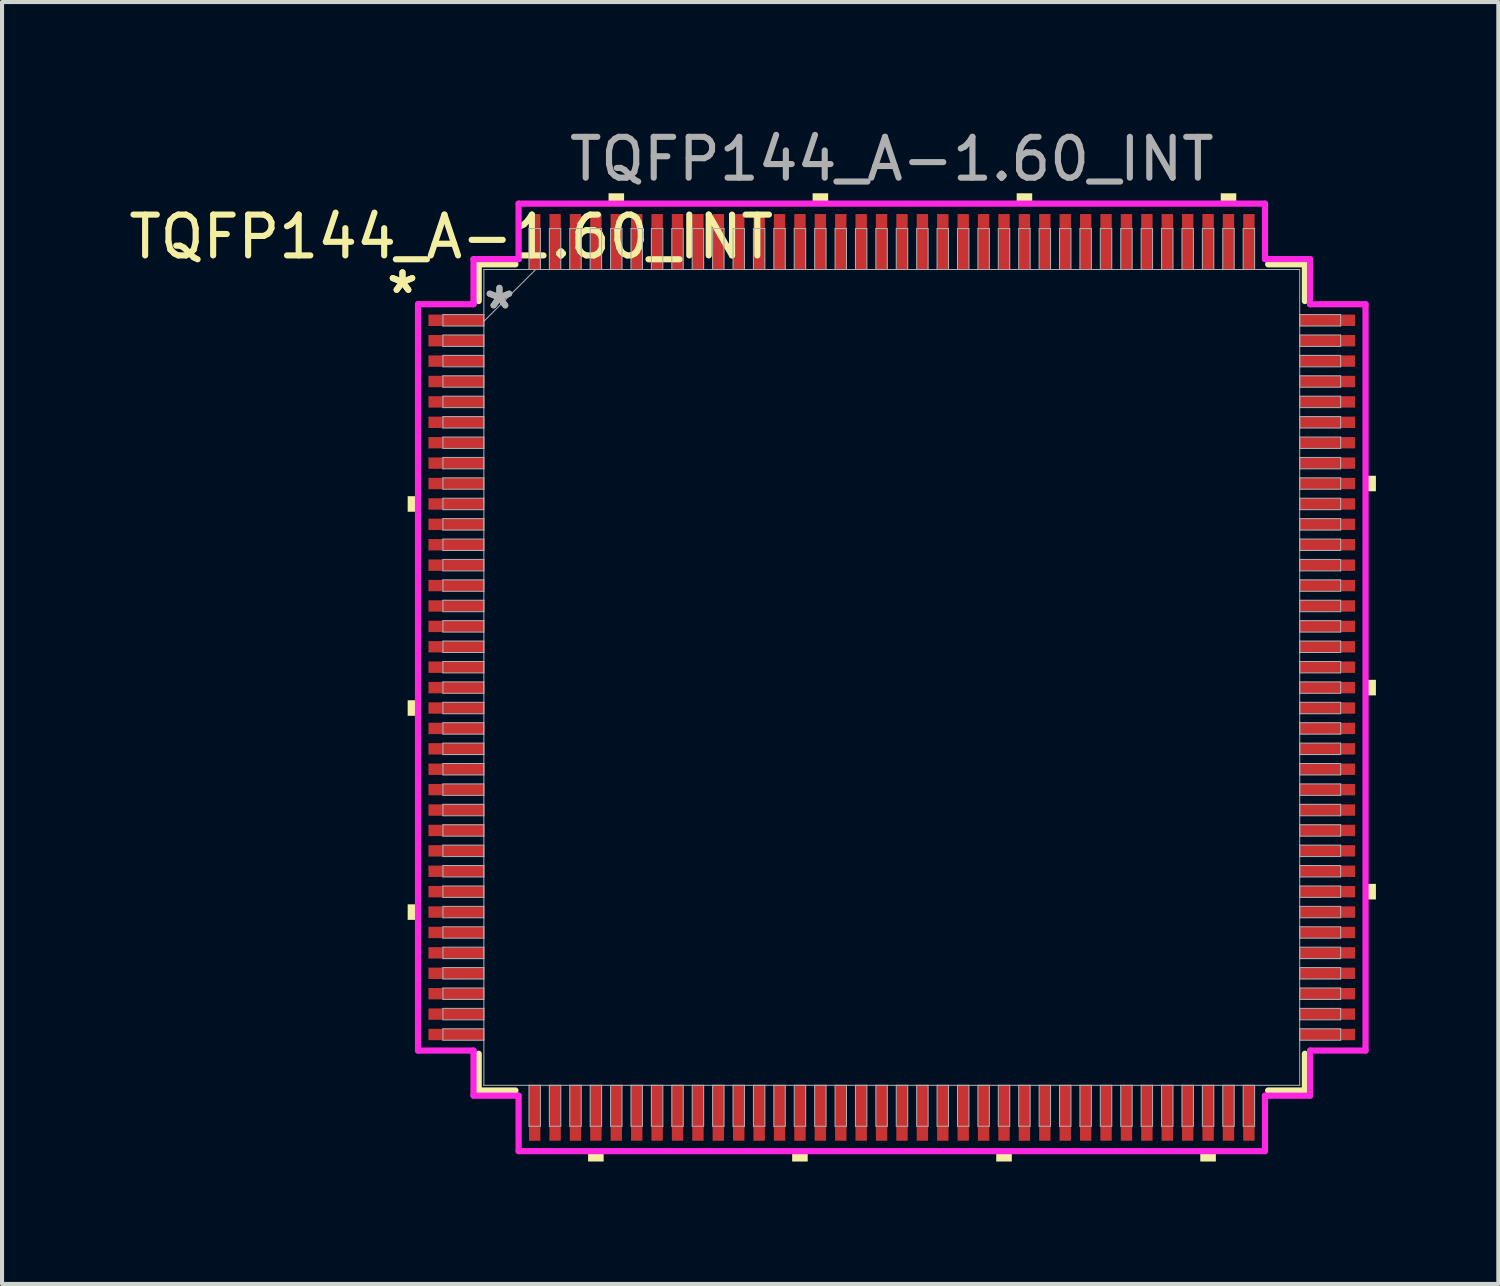
<source format=kicad_pcb>
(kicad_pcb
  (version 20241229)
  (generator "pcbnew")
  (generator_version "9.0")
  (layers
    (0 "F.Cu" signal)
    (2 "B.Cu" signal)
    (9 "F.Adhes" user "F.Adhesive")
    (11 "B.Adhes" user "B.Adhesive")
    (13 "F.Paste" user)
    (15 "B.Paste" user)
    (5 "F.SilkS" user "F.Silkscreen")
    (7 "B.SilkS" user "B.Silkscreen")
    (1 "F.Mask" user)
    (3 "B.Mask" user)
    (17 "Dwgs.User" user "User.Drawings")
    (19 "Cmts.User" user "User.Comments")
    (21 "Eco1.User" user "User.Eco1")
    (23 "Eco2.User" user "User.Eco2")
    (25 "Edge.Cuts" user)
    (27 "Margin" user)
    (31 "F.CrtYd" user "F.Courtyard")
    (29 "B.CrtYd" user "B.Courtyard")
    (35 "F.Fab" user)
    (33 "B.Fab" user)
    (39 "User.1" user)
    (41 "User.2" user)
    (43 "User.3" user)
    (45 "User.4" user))
  (footprint "TQFP144_A-1.60_INT"
    (layer "F.Cu")
    (at 18.801 13.548)
    (property "Reference" "TQFP144_A-1.60_INT" (at -10.795 -10.795 0) (unlocked yes) (layer "F.SilkS") (effects (font (size 1 1) (thickness 0.15))))
    (attr smd)
    (fp_line (start -10.122 -10.122) (end -10.122 -9.222) (stroke (width 0.152) (type solid)) (layer "F.SilkS"))
    (fp_line (start -10.122 9.222) (end -10.122 10.122) (stroke (width 0.152) (type solid)) (layer "F.SilkS"))
    (fp_line (start -10.122 10.122) (end -9.222 10.122) (stroke (width 0.152) (type solid)) (layer "F.SilkS"))
    (fp_line (start -9.222 -10.122) (end -10.122 -10.122) (stroke (width 0.152) (type solid)) (layer "F.SilkS"))
    (fp_line (start 9.222 10.122) (end 10.122 10.122) (stroke (width 0.152) (type solid)) (layer "F.SilkS"))
    (fp_line (start 10.122 -10.122) (end 9.222 -10.122) (stroke (width 0.152) (type solid)) (layer "F.SilkS"))
    (fp_line (start 10.122 -9.222) (end 10.122 -10.122) (stroke (width 0.152) (type solid)) (layer "F.SilkS"))
    (fp_line (start 10.122 10.122) (end 10.122 9.222) (stroke (width 0.152) (type solid)) (layer "F.SilkS"))
    (fp_poly (pts (xy -11.862 -4.44) (xy -11.862 -4.059) (xy -11.608 -4.059) (xy -11.608 -4.44)) (stroke (width 0) (type solid)) (fill yes) (layer "F.SilkS"))
    (fp_poly (pts (xy -11.862 0.56) (xy -11.862 0.941) (xy -11.608 0.941) (xy -11.608 0.56)) (stroke (width 0) (type solid)) (fill yes) (layer "F.SilkS"))
    (fp_poly (pts (xy -11.862 5.56) (xy -11.862 5.941) (xy -11.608 5.941) (xy -11.608 5.56)) (stroke (width 0) (type solid)) (fill yes) (layer "F.SilkS"))
    (fp_poly (pts (xy -7.441 11.608) (xy -7.441 11.862) (xy -7.06 11.862) (xy -7.06 11.608)) (stroke (width 0) (type solid)) (fill yes) (layer "F.SilkS"))
    (fp_poly (pts (xy -6.94 -11.608) (xy -6.94 -11.862) (xy -6.559 -11.862) (xy -6.559 -11.608)) (stroke (width 0) (type solid)) (fill yes) (layer "F.SilkS"))
    (fp_poly (pts (xy -2.441 11.608) (xy -2.441 11.862) (xy -2.06 11.862) (xy -2.06 11.608)) (stroke (width 0) (type solid)) (fill yes) (layer "F.SilkS"))
    (fp_poly (pts (xy -1.94 -11.608) (xy -1.94 -11.862) (xy -1.559 -11.862) (xy -1.559 -11.608)) (stroke (width 0) (type solid)) (fill yes) (layer "F.SilkS"))
    (fp_poly (pts (xy 2.559 11.608) (xy 2.559 11.862) (xy 2.941 11.862) (xy 2.941 11.608)) (stroke (width 0) (type solid)) (fill yes) (layer "F.SilkS"))
    (fp_poly (pts (xy 3.06 -11.608) (xy 3.06 -11.862) (xy 3.441 -11.862) (xy 3.441 -11.608)) (stroke (width 0) (type solid)) (fill yes) (layer "F.SilkS"))
    (fp_poly (pts (xy 7.559 11.608) (xy 7.559 11.862) (xy 7.941 11.862) (xy 7.941 11.608)) (stroke (width 0) (type solid)) (fill yes) (layer "F.SilkS"))
    (fp_poly (pts (xy 8.06 -11.608) (xy 8.06 -11.862) (xy 8.441 -11.862) (xy 8.441 -11.608)) (stroke (width 0) (type solid)) (fill yes) (layer "F.SilkS"))
    (fp_poly (pts (xy 11.862 -4.941) (xy 11.862 -4.56) (xy 11.608 -4.56) (xy 11.608 -4.941)) (stroke (width 0) (type solid)) (fill yes) (layer "F.SilkS"))
    (fp_poly (pts (xy 11.862 0.059) (xy 11.862 0.441) (xy 11.608 0.441) (xy 11.608 0.059)) (stroke (width 0) (type solid)) (fill yes) (layer "F.SilkS"))
    (fp_poly (pts (xy 11.862 5.059) (xy 11.862 5.441) (xy 11.608 5.441) (xy 11.608 5.059)) (stroke (width 0) (type solid)) (fill yes) (layer "F.SilkS"))
    (fp_line (start -11.608 -9.144) (end -10.249 -9.144) (stroke (width 0.152) (type solid)) (layer "F.CrtYd"))
    (fp_line (start -11.608 9.144) (end -11.608 -9.144) (stroke (width 0.152) (type solid)) (layer "F.CrtYd"))
    (fp_line (start -10.249 -10.249) (end -9.144 -10.249) (stroke (width 0.152) (type solid)) (layer "F.CrtYd"))
    (fp_line (start -10.249 -9.144) (end -10.249 -10.249) (stroke (width 0.152) (type solid)) (layer "F.CrtYd"))
    (fp_line (start -10.249 9.144) (end -11.608 9.144) (stroke (width 0.152) (type solid)) (layer "F.CrtYd"))
    (fp_line (start -10.249 10.249) (end -10.249 9.144) (stroke (width 0.152) (type solid)) (layer "F.CrtYd"))
    (fp_line (start -10.249 10.249) (end -9.144 10.249) (stroke (width 0.152) (type solid)) (layer "F.CrtYd"))
    (fp_line (start -9.144 -11.608) (end 9.144 -11.608) (stroke (width 0.152) (type solid)) (layer "F.CrtYd"))
    (fp_line (start -9.144 -10.249) (end -9.144 -11.608) (stroke (width 0.152) (type solid)) (layer "F.CrtYd"))
    (fp_line (start -9.144 10.249) (end -9.144 11.608) (stroke (width 0.152) (type solid)) (layer "F.CrtYd"))
    (fp_line (start -9.144 11.608) (end 9.144 11.608) (stroke (width 0.152) (type solid)) (layer "F.CrtYd"))
    (fp_line (start 9.144 -11.608) (end 9.144 -10.249) (stroke (width 0.152) (type solid)) (layer "F.CrtYd"))
    (fp_line (start 9.144 -10.249) (end 10.249 -10.249) (stroke (width 0.152) (type solid)) (layer "F.CrtYd"))
    (fp_line (start 9.144 10.249) (end 10.249 10.249) (stroke (width 0.152) (type solid)) (layer "F.CrtYd"))
    (fp_line (start 9.144 11.608) (end 9.144 10.249) (stroke (width 0.152) (type solid)) (layer "F.CrtYd"))
    (fp_line (start 10.249 -9.144) (end 10.249 -10.249) (stroke (width 0.152) (type solid)) (layer "F.CrtYd"))
    (fp_line (start 10.249 9.144) (end 11.608 9.144) (stroke (width 0.152) (type solid)) (layer "F.CrtYd"))
    (fp_line (start 10.249 10.249) (end 10.249 9.144) (stroke (width 0.152) (type solid)) (layer "F.CrtYd"))
    (fp_line (start 11.608 -9.144) (end 10.249 -9.144) (stroke (width 0.152) (type solid)) (layer "F.CrtYd"))
    (fp_line (start 11.608 9.144) (end 11.608 -9.144) (stroke (width 0.152) (type solid)) (layer "F.CrtYd"))
    (fp_line (start -10.998 -8.89) (end -10.998 -8.61) (stroke (width 0.025) (type solid)) (layer "F.Fab"))
    (fp_line (start -10.998 -8.61) (end -9.995 -8.61) (stroke (width 0.025) (type solid)) (layer "F.Fab"))
    (fp_line (start -10.998 -8.39) (end -10.998 -8.11) (stroke (width 0.025) (type solid)) (layer "F.Fab"))
    (fp_line (start -10.998 -8.11) (end -9.995 -8.11) (stroke (width 0.025) (type solid)) (layer "F.Fab"))
    (fp_line (start -10.998 -7.89) (end -10.998 -7.61) (stroke (width 0.025) (type solid)) (layer "F.Fab"))
    (fp_line (start -10.998 -7.61) (end -9.995 -7.61) (stroke (width 0.025) (type solid)) (layer "F.Fab"))
    (fp_line (start -10.998 -7.39) (end -10.998 -7.11) (stroke (width 0.025) (type solid)) (layer "F.Fab"))
    (fp_line (start -10.998 -7.11) (end -9.995 -7.11) (stroke (width 0.025) (type solid)) (layer "F.Fab"))
    (fp_line (start -10.998 -6.89) (end -10.998 -6.61) (stroke (width 0.025) (type solid)) (layer "F.Fab"))
    (fp_line (start -10.998 -6.61) (end -9.995 -6.61) (stroke (width 0.025) (type solid)) (layer "F.Fab"))
    (fp_line (start -10.998 -6.39) (end -10.998 -6.11) (stroke (width 0.025) (type solid)) (layer "F.Fab"))
    (fp_line (start -10.998 -6.11) (end -9.995 -6.11) (stroke (width 0.025) (type solid)) (layer "F.Fab"))
    (fp_line (start -10.998 -5.89) (end -10.998 -5.61) (stroke (width 0.025) (type solid)) (layer "F.Fab"))
    (fp_line (start -10.998 -5.61) (end -9.995 -5.61) (stroke (width 0.025) (type solid)) (layer "F.Fab"))
    (fp_line (start -10.998 -5.39) (end -10.998 -5.11) (stroke (width 0.025) (type solid)) (layer "F.Fab"))
    (fp_line (start -10.998 -5.11) (end -9.995 -5.11) (stroke (width 0.025) (type solid)) (layer "F.Fab"))
    (fp_line (start -10.998 -4.89) (end -10.998 -4.61) (stroke (width 0.025) (type solid)) (layer "F.Fab"))
    (fp_line (start -10.998 -4.61) (end -9.995 -4.61) (stroke (width 0.025) (type solid)) (layer "F.Fab"))
    (fp_line (start -10.998 -4.39) (end -10.998 -4.11) (stroke (width 0.025) (type solid)) (layer "F.Fab"))
    (fp_line (start -10.998 -4.11) (end -9.995 -4.11) (stroke (width 0.025) (type solid)) (layer "F.Fab"))
    (fp_line (start -10.998 -3.89) (end -10.998 -3.61) (stroke (width 0.025) (type solid)) (layer "F.Fab"))
    (fp_line (start -10.998 -3.61) (end -9.995 -3.61) (stroke (width 0.025) (type solid)) (layer "F.Fab"))
    (fp_line (start -10.998 -3.39) (end -10.998 -3.11) (stroke (width 0.025) (type solid)) (layer "F.Fab"))
    (fp_line (start -10.998 -3.11) (end -9.995 -3.11) (stroke (width 0.025) (type solid)) (layer "F.Fab"))
    (fp_line (start -10.998 -2.89) (end -10.998 -2.61) (stroke (width 0.025) (type solid)) (layer "F.Fab"))
    (fp_line (start -10.998 -2.61) (end -9.995 -2.61) (stroke (width 0.025) (type solid)) (layer "F.Fab"))
    (fp_line (start -10.998 -2.39) (end -10.998 -2.11) (stroke (width 0.025) (type solid)) (layer "F.Fab"))
    (fp_line (start -10.998 -2.11) (end -9.995 -2.11) (stroke (width 0.025) (type solid)) (layer "F.Fab"))
    (fp_line (start -10.998 -1.89) (end -10.998 -1.61) (stroke (width 0.025) (type solid)) (layer "F.Fab"))
    (fp_line (start -10.998 -1.61) (end -9.995 -1.61) (stroke (width 0.025) (type solid)) (layer "F.Fab"))
    (fp_line (start -10.998 -1.39) (end -10.998 -1.11) (stroke (width 0.025) (type solid)) (layer "F.Fab"))
    (fp_line (start -10.998 -1.11) (end -9.995 -1.11) (stroke (width 0.025) (type solid)) (layer "F.Fab"))
    (fp_line (start -10.998 -0.89) (end -10.998 -0.61) (stroke (width 0.025) (type solid)) (layer "F.Fab"))
    (fp_line (start -10.998 -0.61) (end -9.995 -0.61) (stroke (width 0.025) (type solid)) (layer "F.Fab"))
    (fp_line (start -10.998 -0.39) (end -10.998 -0.11) (stroke (width 0.025) (type solid)) (layer "F.Fab"))
    (fp_line (start -10.998 -0.11) (end -9.995 -0.11) (stroke (width 0.025) (type solid)) (layer "F.Fab"))
    (fp_line (start -10.998 0.11) (end -10.998 0.39) (stroke (width 0.025) (type solid)) (layer "F.Fab"))
    (fp_line (start -10.998 0.39) (end -9.995 0.39) (stroke (width 0.025) (type solid)) (layer "F.Fab"))
    (fp_line (start -10.998 0.61) (end -10.998 0.89) (stroke (width 0.025) (type solid)) (layer "F.Fab"))
    (fp_line (start -10.998 0.89) (end -9.995 0.89) (stroke (width 0.025) (type solid)) (layer "F.Fab"))
    (fp_line (start -10.998 1.11) (end -10.998 1.39) (stroke (width 0.025) (type solid)) (layer "F.Fab"))
    (fp_line (start -10.998 1.39) (end -9.995 1.39) (stroke (width 0.025) (type solid)) (layer "F.Fab"))
    (fp_line (start -10.998 1.61) (end -10.998 1.89) (stroke (width 0.025) (type solid)) (layer "F.Fab"))
    (fp_line (start -10.998 1.89) (end -9.995 1.89) (stroke (width 0.025) (type solid)) (layer "F.Fab"))
    (fp_line (start -10.998 2.11) (end -10.998 2.39) (stroke (width 0.025) (type solid)) (layer "F.Fab"))
    (fp_line (start -10.998 2.39) (end -9.995 2.39) (stroke (width 0.025) (type solid)) (layer "F.Fab"))
    (fp_line (start -10.998 2.61) (end -10.998 2.89) (stroke (width 0.025) (type solid)) (layer "F.Fab"))
    (fp_line (start -10.998 2.89) (end -9.995 2.89) (stroke (width 0.025) (type solid)) (layer "F.Fab"))
    (fp_line (start -10.998 3.11) (end -10.998 3.39) (stroke (width 0.025) (type solid)) (layer "F.Fab"))
    (fp_line (start -10.998 3.39) (end -9.995 3.39) (stroke (width 0.025) (type solid)) (layer "F.Fab"))
    (fp_line (start -10.998 3.61) (end -10.998 3.89) (stroke (width 0.025) (type solid)) (layer "F.Fab"))
    (fp_line (start -10.998 3.89) (end -9.995 3.89) (stroke (width 0.025) (type solid)) (layer "F.Fab"))
    (fp_line (start -10.998 4.11) (end -10.998 4.39) (stroke (width 0.025) (type solid)) (layer "F.Fab"))
    (fp_line (start -10.998 4.39) (end -9.995 4.39) (stroke (width 0.025) (type solid)) (layer "F.Fab"))
    (fp_line (start -10.998 4.61) (end -10.998 4.89) (stroke (width 0.025) (type solid)) (layer "F.Fab"))
    (fp_line (start -10.998 4.89) (end -9.995 4.89) (stroke (width 0.025) (type solid)) (layer "F.Fab"))
    (fp_line (start -10.998 5.11) (end -10.998 5.39) (stroke (width 0.025) (type solid)) (layer "F.Fab"))
    (fp_line (start -10.998 5.39) (end -9.995 5.39) (stroke (width 0.025) (type solid)) (layer "F.Fab"))
    (fp_line (start -10.998 5.61) (end -10.998 5.89) (stroke (width 0.025) (type solid)) (layer "F.Fab"))
    (fp_line (start -10.998 5.89) (end -9.995 5.89) (stroke (width 0.025) (type solid)) (layer "F.Fab"))
    (fp_line (start -10.998 6.11) (end -10.998 6.39) (stroke (width 0.025) (type solid)) (layer "F.Fab"))
    (fp_line (start -10.998 6.39) (end -9.995 6.39) (stroke (width 0.025) (type solid)) (layer "F.Fab"))
    (fp_line (start -10.998 6.61) (end -10.998 6.89) (stroke (width 0.025) (type solid)) (layer "F.Fab"))
    (fp_line (start -10.998 6.89) (end -9.995 6.89) (stroke (width 0.025) (type solid)) (layer "F.Fab"))
    (fp_line (start -10.998 7.11) (end -10.998 7.39) (stroke (width 0.025) (type solid)) (layer "F.Fab"))
    (fp_line (start -10.998 7.39) (end -9.995 7.39) (stroke (width 0.025) (type solid)) (layer "F.Fab"))
    (fp_line (start -10.998 7.61) (end -10.998 7.89) (stroke (width 0.025) (type solid)) (layer "F.Fab"))
    (fp_line (start -10.998 7.89) (end -9.995 7.89) (stroke (width 0.025) (type solid)) (layer "F.Fab"))
    (fp_line (start -10.998 8.11) (end -10.998 8.39) (stroke (width 0.025) (type solid)) (layer "F.Fab"))
    (fp_line (start -10.998 8.39) (end -9.995 8.39) (stroke (width 0.025) (type solid)) (layer "F.Fab"))
    (fp_line (start -10.998 8.61) (end -10.998 8.89) (stroke (width 0.025) (type solid)) (layer "F.Fab"))
    (fp_line (start -10.998 8.89) (end -9.995 8.89) (stroke (width 0.025) (type solid)) (layer "F.Fab"))
    (fp_line (start -9.995 -9.995) (end -9.995 -9.995) (stroke (width 0.025) (type solid)) (layer "F.Fab"))
    (fp_line (start -9.995 -9.995) (end -9.995 9.995) (stroke (width 0.025) (type solid)) (layer "F.Fab"))
    (fp_line (start -9.995 -8.89) (end -10.998 -8.89) (stroke (width 0.025) (type solid)) (layer "F.Fab"))
    (fp_line (start -9.995 -8.725) (end -8.725 -9.995) (stroke (width 0.025) (type solid)) (layer "F.Fab"))
    (fp_line (start -9.995 -8.61) (end -9.995 -8.89) (stroke (width 0.025) (type solid)) (layer "F.Fab"))
    (fp_line (start -9.995 -8.39) (end -10.998 -8.39) (stroke (width 0.025) (type solid)) (layer "F.Fab"))
    (fp_line (start -9.995 -8.11) (end -9.995 -8.39) (stroke (width 0.025) (type solid)) (layer "F.Fab"))
    (fp_line (start -9.995 -7.89) (end -10.998 -7.89) (stroke (width 0.025) (type solid)) (layer "F.Fab"))
    (fp_line (start -9.995 -7.61) (end -9.995 -7.89) (stroke (width 0.025) (type solid)) (layer "F.Fab"))
    (fp_line (start -9.995 -7.39) (end -10.998 -7.39) (stroke (width 0.025) (type solid)) (layer "F.Fab"))
    (fp_line (start -9.995 -7.11) (end -9.995 -7.39) (stroke (width 0.025) (type solid)) (layer "F.Fab"))
    (fp_line (start -9.995 -6.89) (end -10.998 -6.89) (stroke (width 0.025) (type solid)) (layer "F.Fab"))
    (fp_line (start -9.995 -6.61) (end -9.995 -6.89) (stroke (width 0.025) (type solid)) (layer "F.Fab"))
    (fp_line (start -9.995 -6.39) (end -10.998 -6.39) (stroke (width 0.025) (type solid)) (layer "F.Fab"))
    (fp_line (start -9.995 -6.11) (end -9.995 -6.39) (stroke (width 0.025) (type solid)) (layer "F.Fab"))
    (fp_line (start -9.995 -5.89) (end -10.998 -5.89) (stroke (width 0.025) (type solid)) (layer "F.Fab"))
    (fp_line (start -9.995 -5.61) (end -9.995 -5.89) (stroke (width 0.025) (type solid)) (layer "F.Fab"))
    (fp_line (start -9.995 -5.39) (end -10.998 -5.39) (stroke (width 0.025) (type solid)) (layer "F.Fab"))
    (fp_line (start -9.995 -5.11) (end -9.995 -5.39) (stroke (width 0.025) (type solid)) (layer "F.Fab"))
    (fp_line (start -9.995 -4.89) (end -10.998 -4.89) (stroke (width 0.025) (type solid)) (layer "F.Fab"))
    (fp_line (start -9.995 -4.61) (end -9.995 -4.89) (stroke (width 0.025) (type solid)) (layer "F.Fab"))
    (fp_line (start -9.995 -4.39) (end -10.998 -4.39) (stroke (width 0.025) (type solid)) (layer "F.Fab"))
    (fp_line (start -9.995 -4.11) (end -9.995 -4.39) (stroke (width 0.025) (type solid)) (layer "F.Fab"))
    (fp_line (start -9.995 -3.89) (end -10.998 -3.89) (stroke (width 0.025) (type solid)) (layer "F.Fab"))
    (fp_line (start -9.995 -3.61) (end -9.995 -3.89) (stroke (width 0.025) (type solid)) (layer "F.Fab"))
    (fp_line (start -9.995 -3.39) (end -10.998 -3.39) (stroke (width 0.025) (type solid)) (layer "F.Fab"))
    (fp_line (start -9.995 -3.11) (end -9.995 -3.39) (stroke (width 0.025) (type solid)) (layer "F.Fab"))
    (fp_line (start -9.995 -2.89) (end -10.998 -2.89) (stroke (width 0.025) (type solid)) (layer "F.Fab"))
    (fp_line (start -9.995 -2.61) (end -9.995 -2.89) (stroke (width 0.025) (type solid)) (layer "F.Fab"))
    (fp_line (start -9.995 -2.39) (end -10.998 -2.39) (stroke (width 0.025) (type solid)) (layer "F.Fab"))
    (fp_line (start -9.995 -2.11) (end -9.995 -2.39) (stroke (width 0.025) (type solid)) (layer "F.Fab"))
    (fp_line (start -9.995 -1.89) (end -10.998 -1.89) (stroke (width 0.025) (type solid)) (layer "F.Fab"))
    (fp_line (start -9.995 -1.61) (end -9.995 -1.89) (stroke (width 0.025) (type solid)) (layer "F.Fab"))
    (fp_line (start -9.995 -1.39) (end -10.998 -1.39) (stroke (width 0.025) (type solid)) (layer "F.Fab"))
    (fp_line (start -9.995 -1.11) (end -9.995 -1.39) (stroke (width 0.025) (type solid)) (layer "F.Fab"))
    (fp_line (start -9.995 -0.89) (end -10.998 -0.89) (stroke (width 0.025) (type solid)) (layer "F.Fab"))
    (fp_line (start -9.995 -0.61) (end -9.995 -0.89) (stroke (width 0.025) (type solid)) (layer "F.Fab"))
    (fp_line (start -9.995 -0.39) (end -10.998 -0.39) (stroke (width 0.025) (type solid)) (layer "F.Fab"))
    (fp_line (start -9.995 -0.11) (end -9.995 -0.39) (stroke (width 0.025) (type solid)) (layer "F.Fab"))
    (fp_line (start -9.995 0.11) (end -10.998 0.11) (stroke (width 0.025) (type solid)) (layer "F.Fab"))
    (fp_line (start -9.995 0.39) (end -9.995 0.11) (stroke (width 0.025) (type solid)) (layer "F.Fab"))
    (fp_line (start -9.995 0.61) (end -10.998 0.61) (stroke (width 0.025) (type solid)) (layer "F.Fab"))
    (fp_line (start -9.995 0.89) (end -9.995 0.61) (stroke (width 0.025) (type solid)) (layer "F.Fab"))
    (fp_line (start -9.995 1.11) (end -10.998 1.11) (stroke (width 0.025) (type solid)) (layer "F.Fab"))
    (fp_line (start -9.995 1.39) (end -9.995 1.11) (stroke (width 0.025) (type solid)) (layer "F.Fab"))
    (fp_line (start -9.995 1.61) (end -10.998 1.61) (stroke (width 0.025) (type solid)) (layer "F.Fab"))
    (fp_line (start -9.995 1.89) (end -9.995 1.61) (stroke (width 0.025) (type solid)) (layer "F.Fab"))
    (fp_line (start -9.995 2.11) (end -10.998 2.11) (stroke (width 0.025) (type solid)) (layer "F.Fab"))
    (fp_line (start -9.995 2.39) (end -9.995 2.11) (stroke (width 0.025) (type solid)) (layer "F.Fab"))
    (fp_line (start -9.995 2.61) (end -10.998 2.61) (stroke (width 0.025) (type solid)) (layer "F.Fab"))
    (fp_line (start -9.995 2.89) (end -9.995 2.61) (stroke (width 0.025) (type solid)) (layer "F.Fab"))
    (fp_line (start -9.995 3.11) (end -10.998 3.11) (stroke (width 0.025) (type solid)) (layer "F.Fab"))
    (fp_line (start -9.995 3.39) (end -9.995 3.11) (stroke (width 0.025) (type solid)) (layer "F.Fab"))
    (fp_line (start -9.995 3.61) (end -10.998 3.61) (stroke (width 0.025) (type solid)) (layer "F.Fab"))
    (fp_line (start -9.995 3.89) (end -9.995 3.61) (stroke (width 0.025) (type solid)) (layer "F.Fab"))
    (fp_line (start -9.995 4.11) (end -10.998 4.11) (stroke (width 0.025) (type solid)) (layer "F.Fab"))
    (fp_line (start -9.995 4.39) (end -9.995 4.11) (stroke (width 0.025) (type solid)) (layer "F.Fab"))
    (fp_line (start -9.995 4.61) (end -10.998 4.61) (stroke (width 0.025) (type solid)) (layer "F.Fab"))
    (fp_line (start -9.995 4.89) (end -9.995 4.61) (stroke (width 0.025) (type solid)) (layer "F.Fab"))
    (fp_line (start -9.995 5.11) (end -10.998 5.11) (stroke (width 0.025) (type solid)) (layer "F.Fab"))
    (fp_line (start -9.995 5.39) (end -9.995 5.11) (stroke (width 0.025) (type solid)) (layer "F.Fab"))
    (fp_line (start -9.995 5.61) (end -10.998 5.61) (stroke (width 0.025) (type solid)) (layer "F.Fab"))
    (fp_line (start -9.995 5.89) (end -9.995 5.61) (stroke (width 0.025) (type solid)) (layer "F.Fab"))
    (fp_line (start -9.995 6.11) (end -10.998 6.11) (stroke (width 0.025) (type solid)) (layer "F.Fab"))
    (fp_line (start -9.995 6.39) (end -9.995 6.11) (stroke (width 0.025) (type solid)) (layer "F.Fab"))
    (fp_line (start -9.995 6.61) (end -10.998 6.61) (stroke (width 0.025) (type solid)) (layer "F.Fab"))
    (fp_line (start -9.995 6.89) (end -9.995 6.61) (stroke (width 0.025) (type solid)) (layer "F.Fab"))
    (fp_line (start -9.995 7.11) (end -10.998 7.11) (stroke (width 0.025) (type solid)) (layer "F.Fab"))
    (fp_line (start -9.995 7.39) (end -9.995 7.11) (stroke (width 0.025) (type solid)) (layer "F.Fab"))
    (fp_line (start -9.995 7.61) (end -10.998 7.61) (stroke (width 0.025) (type solid)) (layer "F.Fab"))
    (fp_line (start -9.995 7.89) (end -9.995 7.61) (stroke (width 0.025) (type solid)) (layer "F.Fab"))
    (fp_line (start -9.995 8.11) (end -10.998 8.11) (stroke (width 0.025) (type solid)) (layer "F.Fab"))
    (fp_line (start -9.995 8.39) (end -9.995 8.11) (stroke (width 0.025) (type solid)) (layer "F.Fab"))
    (fp_line (start -9.995 8.61) (end -10.998 8.61) (stroke (width 0.025) (type solid)) (layer "F.Fab"))
    (fp_line (start -9.995 8.89) (end -9.995 8.61) (stroke (width 0.025) (type solid)) (layer "F.Fab"))
    (fp_line (start -9.995 9.995) (end -9.995 9.995) (stroke (width 0.025) (type solid)) (layer "F.Fab"))
    (fp_line (start -9.995 9.995) (end 9.995 9.995) (stroke (width 0.025) (type solid)) (layer "F.Fab"))
    (fp_line (start -8.89 -10.998) (end -8.89 -9.995) (stroke (width 0.025) (type solid)) (layer "F.Fab"))
    (fp_line (start -8.89 -9.995) (end -8.61 -9.995) (stroke (width 0.025) (type solid)) (layer "F.Fab"))
    (fp_line (start -8.89 9.995) (end -8.89 10.998) (stroke (width 0.025) (type solid)) (layer "F.Fab"))
    (fp_line (start -8.89 10.998) (end -8.61 10.998) (stroke (width 0.025) (type solid)) (layer "F.Fab"))
    (fp_line (start -8.61 -10.998) (end -8.89 -10.998) (stroke (width 0.025) (type solid)) (layer "F.Fab"))
    (fp_line (start -8.61 -9.995) (end -8.61 -10.998) (stroke (width 0.025) (type solid)) (layer "F.Fab"))
    (fp_line (start -8.61 9.995) (end -8.89 9.995) (stroke (width 0.025) (type solid)) (layer "F.Fab"))
    (fp_line (start -8.61 10.998) (end -8.61 9.995) (stroke (width 0.025) (type solid)) (layer "F.Fab"))
    (fp_line (start -8.39 -10.998) (end -8.39 -9.995) (stroke (width 0.025) (type solid)) (layer "F.Fab"))
    (fp_line (start -8.39 -9.995) (end -8.11 -9.995) (stroke (width 0.025) (type solid)) (layer "F.Fab"))
    (fp_line (start -8.39 9.995) (end -8.39 10.998) (stroke (width 0.025) (type solid)) (layer "F.Fab"))
    (fp_line (start -8.39 10.998) (end -8.11 10.998) (stroke (width 0.025) (type solid)) (layer "F.Fab"))
    (fp_line (start -8.11 -10.998) (end -8.39 -10.998) (stroke (width 0.025) (type solid)) (layer "F.Fab"))
    (fp_line (start -8.11 -9.995) (end -8.11 -10.998) (stroke (width 0.025) (type solid)) (layer "F.Fab"))
    (fp_line (start -8.11 9.995) (end -8.39 9.995) (stroke (width 0.025) (type solid)) (layer "F.Fab"))
    (fp_line (start -8.11 10.998) (end -8.11 9.995) (stroke (width 0.025) (type solid)) (layer "F.Fab"))
    (fp_line (start -7.89 -10.998) (end -7.89 -9.995) (stroke (width 0.025) (type solid)) (layer "F.Fab"))
    (fp_line (start -7.89 -9.995) (end -7.61 -9.995) (stroke (width 0.025) (type solid)) (layer "F.Fab"))
    (fp_line (start -7.89 9.995) (end -7.89 10.998) (stroke (width 0.025) (type solid)) (layer "F.Fab"))
    (fp_line (start -7.89 10.998) (end -7.61 10.998) (stroke (width 0.025) (type solid)) (layer "F.Fab"))
    (fp_line (start -7.61 -10.998) (end -7.89 -10.998) (stroke (width 0.025) (type solid)) (layer "F.Fab"))
    (fp_line (start -7.61 -9.995) (end -7.61 -10.998) (stroke (width 0.025) (type solid)) (layer "F.Fab"))
    (fp_line (start -7.61 9.995) (end -7.89 9.995) (stroke (width 0.025) (type solid)) (layer "F.Fab"))
    (fp_line (start -7.61 10.998) (end -7.61 9.995) (stroke (width 0.025) (type solid)) (layer "F.Fab"))
    (fp_line (start -7.39 -10.998) (end -7.39 -9.995) (stroke (width 0.025) (type solid)) (layer "F.Fab"))
    (fp_line (start -7.39 -9.995) (end -7.11 -9.995) (stroke (width 0.025) (type solid)) (layer "F.Fab"))
    (fp_line (start -7.39 9.995) (end -7.39 10.998) (stroke (width 0.025) (type solid)) (layer "F.Fab"))
    (fp_line (start -7.39 10.998) (end -7.11 10.998) (stroke (width 0.025) (type solid)) (layer "F.Fab"))
    (fp_line (start -7.11 -10.998) (end -7.39 -10.998) (stroke (width 0.025) (type solid)) (layer "F.Fab"))
    (fp_line (start -7.11 -9.995) (end -7.11 -10.998) (stroke (width 0.025) (type solid)) (layer "F.Fab"))
    (fp_line (start -7.11 9.995) (end -7.39 9.995) (stroke (width 0.025) (type solid)) (layer "F.Fab"))
    (fp_line (start -7.11 10.998) (end -7.11 9.995) (stroke (width 0.025) (type solid)) (layer "F.Fab"))
    (fp_line (start -6.89 -10.998) (end -6.89 -9.995) (stroke (width 0.025) (type solid)) (layer "F.Fab"))
    (fp_line (start -6.89 -9.995) (end -6.61 -9.995) (stroke (width 0.025) (type solid)) (layer "F.Fab"))
    (fp_line (start -6.89 9.995) (end -6.89 10.998) (stroke (width 0.025) (type solid)) (layer "F.Fab"))
    (fp_line (start -6.89 10.998) (end -6.61 10.998) (stroke (width 0.025) (type solid)) (layer "F.Fab"))
    (fp_line (start -6.61 -10.998) (end -6.89 -10.998) (stroke (width 0.025) (type solid)) (layer "F.Fab"))
    (fp_line (start -6.61 -9.995) (end -6.61 -10.998) (stroke (width 0.025) (type solid)) (layer "F.Fab"))
    (fp_line (start -6.61 9.995) (end -6.89 9.995) (stroke (width 0.025) (type solid)) (layer "F.Fab"))
    (fp_line (start -6.61 10.998) (end -6.61 9.995) (stroke (width 0.025) (type solid)) (layer "F.Fab"))
    (fp_line (start -6.39 -10.998) (end -6.39 -9.995) (stroke (width 0.025) (type solid)) (layer "F.Fab"))
    (fp_line (start -6.39 -9.995) (end -6.11 -9.995) (stroke (width 0.025) (type solid)) (layer "F.Fab"))
    (fp_line (start -6.39 9.995) (end -6.39 10.998) (stroke (width 0.025) (type solid)) (layer "F.Fab"))
    (fp_line (start -6.39 10.998) (end -6.11 10.998) (stroke (width 0.025) (type solid)) (layer "F.Fab"))
    (fp_line (start -6.11 -10.998) (end -6.39 -10.998) (stroke (width 0.025) (type solid)) (layer "F.Fab"))
    (fp_line (start -6.11 -9.995) (end -6.11 -10.998) (stroke (width 0.025) (type solid)) (layer "F.Fab"))
    (fp_line (start -6.11 9.995) (end -6.39 9.995) (stroke (width 0.025) (type solid)) (layer "F.Fab"))
    (fp_line (start -6.11 10.998) (end -6.11 9.995) (stroke (width 0.025) (type solid)) (layer "F.Fab"))
    (fp_line (start -5.89 -10.998) (end -5.89 -9.995) (stroke (width 0.025) (type solid)) (layer "F.Fab"))
    (fp_line (start -5.89 -9.995) (end -5.61 -9.995) (stroke (width 0.025) (type solid)) (layer "F.Fab"))
    (fp_line (start -5.89 9.995) (end -5.89 10.998) (stroke (width 0.025) (type solid)) (layer "F.Fab"))
    (fp_line (start -5.89 10.998) (end -5.61 10.998) (stroke (width 0.025) (type solid)) (layer "F.Fab"))
    (fp_line (start -5.61 -10.998) (end -5.89 -10.998) (stroke (width 0.025) (type solid)) (layer "F.Fab"))
    (fp_line (start -5.61 -9.995) (end -5.61 -10.998) (stroke (width 0.025) (type solid)) (layer "F.Fab"))
    (fp_line (start -5.61 9.995) (end -5.89 9.995) (stroke (width 0.025) (type solid)) (layer "F.Fab"))
    (fp_line (start -5.61 10.998) (end -5.61 9.995) (stroke (width 0.025) (type solid)) (layer "F.Fab"))
    (fp_line (start -5.39 -10.998) (end -5.39 -9.995) (stroke (width 0.025) (type solid)) (layer "F.Fab"))
    (fp_line (start -5.39 -9.995) (end -5.11 -9.995) (stroke (width 0.025) (type solid)) (layer "F.Fab"))
    (fp_line (start -5.39 9.995) (end -5.39 10.998) (stroke (width 0.025) (type solid)) (layer "F.Fab"))
    (fp_line (start -5.39 10.998) (end -5.11 10.998) (stroke (width 0.025) (type solid)) (layer "F.Fab"))
    (fp_line (start -5.11 -10.998) (end -5.39 -10.998) (stroke (width 0.025) (type solid)) (layer "F.Fab"))
    (fp_line (start -5.11 -9.995) (end -5.11 -10.998) (stroke (width 0.025) (type solid)) (layer "F.Fab"))
    (fp_line (start -5.11 9.995) (end -5.39 9.995) (stroke (width 0.025) (type solid)) (layer "F.Fab"))
    (fp_line (start -5.11 10.998) (end -5.11 9.995) (stroke (width 0.025) (type solid)) (layer "F.Fab"))
    (fp_line (start -4.89 -10.998) (end -4.89 -9.995) (stroke (width 0.025) (type solid)) (layer "F.Fab"))
    (fp_line (start -4.89 -9.995) (end -4.61 -9.995) (stroke (width 0.025) (type solid)) (layer "F.Fab"))
    (fp_line (start -4.89 9.995) (end -4.89 10.998) (stroke (width 0.025) (type solid)) (layer "F.Fab"))
    (fp_line (start -4.89 10.998) (end -4.61 10.998) (stroke (width 0.025) (type solid)) (layer "F.Fab"))
    (fp_line (start -4.61 -10.998) (end -4.89 -10.998) (stroke (width 0.025) (type solid)) (layer "F.Fab"))
    (fp_line (start -4.61 -9.995) (end -4.61 -10.998) (stroke (width 0.025) (type solid)) (layer "F.Fab"))
    (fp_line (start -4.61 9.995) (end -4.89 9.995) (stroke (width 0.025) (type solid)) (layer "F.Fab"))
    (fp_line (start -4.61 10.998) (end -4.61 9.995) (stroke (width 0.025) (type solid)) (layer "F.Fab"))
    (fp_line (start -4.39 -10.998) (end -4.39 -9.995) (stroke (width 0.025) (type solid)) (layer "F.Fab"))
    (fp_line (start -4.39 -9.995) (end -4.11 -9.995) (stroke (width 0.025) (type solid)) (layer "F.Fab"))
    (fp_line (start -4.39 9.995) (end -4.39 10.998) (stroke (width 0.025) (type solid)) (layer "F.Fab"))
    (fp_line (start -4.39 10.998) (end -4.11 10.998) (stroke (width 0.025) (type solid)) (layer "F.Fab"))
    (fp_line (start -4.11 -10.998) (end -4.39 -10.998) (stroke (width 0.025) (type solid)) (layer "F.Fab"))
    (fp_line (start -4.11 -9.995) (end -4.11 -10.998) (stroke (width 0.025) (type solid)) (layer "F.Fab"))
    (fp_line (start -4.11 9.995) (end -4.39 9.995) (stroke (width 0.025) (type solid)) (layer "F.Fab"))
    (fp_line (start -4.11 10.998) (end -4.11 9.995) (stroke (width 0.025) (type solid)) (layer "F.Fab"))
    (fp_line (start -3.89 -10.998) (end -3.89 -9.995) (stroke (width 0.025) (type solid)) (layer "F.Fab"))
    (fp_line (start -3.89 -9.995) (end -3.61 -9.995) (stroke (width 0.025) (type solid)) (layer "F.Fab"))
    (fp_line (start -3.89 9.995) (end -3.89 10.998) (stroke (width 0.025) (type solid)) (layer "F.Fab"))
    (fp_line (start -3.89 10.998) (end -3.61 10.998) (stroke (width 0.025) (type solid)) (layer "F.Fab"))
    (fp_line (start -3.61 -10.998) (end -3.89 -10.998) (stroke (width 0.025) (type solid)) (layer "F.Fab"))
    (fp_line (start -3.61 -9.995) (end -3.61 -10.998) (stroke (width 0.025) (type solid)) (layer "F.Fab"))
    (fp_line (start -3.61 9.995) (end -3.89 9.995) (stroke (width 0.025) (type solid)) (layer "F.Fab"))
    (fp_line (start -3.61 10.998) (end -3.61 9.995) (stroke (width 0.025) (type solid)) (layer "F.Fab"))
    (fp_line (start -3.39 -10.998) (end -3.39 -9.995) (stroke (width 0.025) (type solid)) (layer "F.Fab"))
    (fp_line (start -3.39 -9.995) (end -3.11 -9.995) (stroke (width 0.025) (type solid)) (layer "F.Fab"))
    (fp_line (start -3.39 9.995) (end -3.39 10.998) (stroke (width 0.025) (type solid)) (layer "F.Fab"))
    (fp_line (start -3.39 10.998) (end -3.11 10.998) (stroke (width 0.025) (type solid)) (layer "F.Fab"))
    (fp_line (start -3.11 -10.998) (end -3.39 -10.998) (stroke (width 0.025) (type solid)) (layer "F.Fab"))
    (fp_line (start -3.11 -9.995) (end -3.11 -10.998) (stroke (width 0.025) (type solid)) (layer "F.Fab"))
    (fp_line (start -3.11 9.995) (end -3.39 9.995) (stroke (width 0.025) (type solid)) (layer "F.Fab"))
    (fp_line (start -3.11 10.998) (end -3.11 9.995) (stroke (width 0.025) (type solid)) (layer "F.Fab"))
    (fp_line (start -2.89 -10.998) (end -2.89 -9.995) (stroke (width 0.025) (type solid)) (layer "F.Fab"))
    (fp_line (start -2.89 -9.995) (end -2.61 -9.995) (stroke (width 0.025) (type solid)) (layer "F.Fab"))
    (fp_line (start -2.89 9.995) (end -2.89 10.998) (stroke (width 0.025) (type solid)) (layer "F.Fab"))
    (fp_line (start -2.89 10.998) (end -2.61 10.998) (stroke (width 0.025) (type solid)) (layer "F.Fab"))
    (fp_line (start -2.61 -10.998) (end -2.89 -10.998) (stroke (width 0.025) (type solid)) (layer "F.Fab"))
    (fp_line (start -2.61 -9.995) (end -2.61 -10.998) (stroke (width 0.025) (type solid)) (layer "F.Fab"))
    (fp_line (start -2.61 9.995) (end -2.89 9.995) (stroke (width 0.025) (type solid)) (layer "F.Fab"))
    (fp_line (start -2.61 10.998) (end -2.61 9.995) (stroke (width 0.025) (type solid)) (layer "F.Fab"))
    (fp_line (start -2.39 -10.998) (end -2.39 -9.995) (stroke (width 0.025) (type solid)) (layer "F.Fab"))
    (fp_line (start -2.39 -9.995) (end -2.11 -9.995) (stroke (width 0.025) (type solid)) (layer "F.Fab"))
    (fp_line (start -2.39 9.995) (end -2.39 10.998) (stroke (width 0.025) (type solid)) (layer "F.Fab"))
    (fp_line (start -2.39 10.998) (end -2.11 10.998) (stroke (width 0.025) (type solid)) (layer "F.Fab"))
    (fp_line (start -2.11 -10.998) (end -2.39 -10.998) (stroke (width 0.025) (type solid)) (layer "F.Fab"))
    (fp_line (start -2.11 -9.995) (end -2.11 -10.998) (stroke (width 0.025) (type solid)) (layer "F.Fab"))
    (fp_line (start -2.11 9.995) (end -2.39 9.995) (stroke (width 0.025) (type solid)) (layer "F.Fab"))
    (fp_line (start -2.11 10.998) (end -2.11 9.995) (stroke (width 0.025) (type solid)) (layer "F.Fab"))
    (fp_line (start -1.89 -10.998) (end -1.89 -9.995) (stroke (width 0.025) (type solid)) (layer "F.Fab"))
    (fp_line (start -1.89 -9.995) (end -1.61 -9.995) (stroke (width 0.025) (type solid)) (layer "F.Fab"))
    (fp_line (start -1.89 9.995) (end -1.89 10.998) (stroke (width 0.025) (type solid)) (layer "F.Fab"))
    (fp_line (start -1.89 10.998) (end -1.61 10.998) (stroke (width 0.025) (type solid)) (layer "F.Fab"))
    (fp_line (start -1.61 -10.998) (end -1.89 -10.998) (stroke (width 0.025) (type solid)) (layer "F.Fab"))
    (fp_line (start -1.61 -9.995) (end -1.61 -10.998) (stroke (width 0.025) (type solid)) (layer "F.Fab"))
    (fp_line (start -1.61 9.995) (end -1.89 9.995) (stroke (width 0.025) (type solid)) (layer "F.Fab"))
    (fp_line (start -1.61 10.998) (end -1.61 9.995) (stroke (width 0.025) (type solid)) (layer "F.Fab"))
    (fp_line (start -1.39 -10.998) (end -1.39 -9.995) (stroke (width 0.025) (type solid)) (layer "F.Fab"))
    (fp_line (start -1.39 -9.995) (end -1.11 -9.995) (stroke (width 0.025) (type solid)) (layer "F.Fab"))
    (fp_line (start -1.39 9.995) (end -1.39 10.998) (stroke (width 0.025) (type solid)) (layer "F.Fab"))
    (fp_line (start -1.39 10.998) (end -1.11 10.998) (stroke (width 0.025) (type solid)) (layer "F.Fab"))
    (fp_line (start -1.11 -10.998) (end -1.39 -10.998) (stroke (width 0.025) (type solid)) (layer "F.Fab"))
    (fp_line (start -1.11 -9.995) (end -1.11 -10.998) (stroke (width 0.025) (type solid)) (layer "F.Fab"))
    (fp_line (start -1.11 9.995) (end -1.39 9.995) (stroke (width 0.025) (type solid)) (layer "F.Fab"))
    (fp_line (start -1.11 10.998) (end -1.11 9.995) (stroke (width 0.025) (type solid)) (layer "F.Fab"))
    (fp_line (start -0.89 -10.998) (end -0.89 -9.995) (stroke (width 0.025) (type solid)) (layer "F.Fab"))
    (fp_line (start -0.89 -9.995) (end -0.61 -9.995) (stroke (width 0.025) (type solid)) (layer "F.Fab"))
    (fp_line (start -0.89 9.995) (end -0.89 10.998) (stroke (width 0.025) (type solid)) (layer "F.Fab"))
    (fp_line (start -0.89 10.998) (end -0.61 10.998) (stroke (width 0.025) (type solid)) (layer "F.Fab"))
    (fp_line (start -0.61 -10.998) (end -0.89 -10.998) (stroke (width 0.025) (type solid)) (layer "F.Fab"))
    (fp_line (start -0.61 -9.995) (end -0.61 -10.998) (stroke (width 0.025) (type solid)) (layer "F.Fab"))
    (fp_line (start -0.61 9.995) (end -0.89 9.995) (stroke (width 0.025) (type solid)) (layer "F.Fab"))
    (fp_line (start -0.61 10.998) (end -0.61 9.995) (stroke (width 0.025) (type solid)) (layer "F.Fab"))
    (fp_line (start -0.39 -10.998) (end -0.39 -9.995) (stroke (width 0.025) (type solid)) (layer "F.Fab"))
    (fp_line (start -0.39 -9.995) (end -0.11 -9.995) (stroke (width 0.025) (type solid)) (layer "F.Fab"))
    (fp_line (start -0.39 9.995) (end -0.39 10.998) (stroke (width 0.025) (type solid)) (layer "F.Fab"))
    (fp_line (start -0.39 10.998) (end -0.11 10.998) (stroke (width 0.025) (type solid)) (layer "F.Fab"))
    (fp_line (start -0.11 -10.998) (end -0.39 -10.998) (stroke (width 0.025) (type solid)) (layer "F.Fab"))
    (fp_line (start -0.11 -9.995) (end -0.11 -10.998) (stroke (width 0.025) (type solid)) (layer "F.Fab"))
    (fp_line (start -0.11 9.995) (end -0.39 9.995) (stroke (width 0.025) (type solid)) (layer "F.Fab"))
    (fp_line (start -0.11 10.998) (end -0.11 9.995) (stroke (width 0.025) (type solid)) (layer "F.Fab"))
    (fp_line (start 0.11 -10.998) (end 0.11 -9.995) (stroke (width 0.025) (type solid)) (layer "F.Fab"))
    (fp_line (start 0.11 -9.995) (end 0.39 -9.995) (stroke (width 0.025) (type solid)) (layer "F.Fab"))
    (fp_line (start 0.11 9.995) (end 0.11 10.998) (stroke (width 0.025) (type solid)) (layer "F.Fab"))
    (fp_line (start 0.11 10.998) (end 0.39 10.998) (stroke (width 0.025) (type solid)) (layer "F.Fab"))
    (fp_line (start 0.39 -10.998) (end 0.11 -10.998) (stroke (width 0.025) (type solid)) (layer "F.Fab"))
    (fp_line (start 0.39 -9.995) (end 0.39 -10.998) (stroke (width 0.025) (type solid)) (layer "F.Fab"))
    (fp_line (start 0.39 9.995) (end 0.11 9.995) (stroke (width 0.025) (type solid)) (layer "F.Fab"))
    (fp_line (start 0.39 10.998) (end 0.39 9.995) (stroke (width 0.025) (type solid)) (layer "F.Fab"))
    (fp_line (start 0.61 -10.998) (end 0.61 -9.995) (stroke (width 0.025) (type solid)) (layer "F.Fab"))
    (fp_line (start 0.61 -9.995) (end 0.89 -9.995) (stroke (width 0.025) (type solid)) (layer "F.Fab"))
    (fp_line (start 0.61 9.995) (end 0.61 10.998) (stroke (width 0.025) (type solid)) (layer "F.Fab"))
    (fp_line (start 0.61 10.998) (end 0.89 10.998) (stroke (width 0.025) (type solid)) (layer "F.Fab"))
    (fp_line (start 0.89 -10.998) (end 0.61 -10.998) (stroke (width 0.025) (type solid)) (layer "F.Fab"))
    (fp_line (start 0.89 -9.995) (end 0.89 -10.998) (stroke (width 0.025) (type solid)) (layer "F.Fab"))
    (fp_line (start 0.89 9.995) (end 0.61 9.995) (stroke (width 0.025) (type solid)) (layer "F.Fab"))
    (fp_line (start 0.89 10.998) (end 0.89 9.995) (stroke (width 0.025) (type solid)) (layer "F.Fab"))
    (fp_line (start 1.11 -10.998) (end 1.11 -9.995) (stroke (width 0.025) (type solid)) (layer "F.Fab"))
    (fp_line (start 1.11 -9.995) (end 1.39 -9.995) (stroke (width 0.025) (type solid)) (layer "F.Fab"))
    (fp_line (start 1.11 9.995) (end 1.11 10.998) (stroke (width 0.025) (type solid)) (layer "F.Fab"))
    (fp_line (start 1.11 10.998) (end 1.39 10.998) (stroke (width 0.025) (type solid)) (layer "F.Fab"))
    (fp_line (start 1.39 -10.998) (end 1.11 -10.998) (stroke (width 0.025) (type solid)) (layer "F.Fab"))
    (fp_line (start 1.39 -9.995) (end 1.39 -10.998) (stroke (width 0.025) (type solid)) (layer "F.Fab"))
    (fp_line (start 1.39 9.995) (end 1.11 9.995) (stroke (width 0.025) (type solid)) (layer "F.Fab"))
    (fp_line (start 1.39 10.998) (end 1.39 9.995) (stroke (width 0.025) (type solid)) (layer "F.Fab"))
    (fp_line (start 1.61 -10.998) (end 1.61 -9.995) (stroke (width 0.025) (type solid)) (layer "F.Fab"))
    (fp_line (start 1.61 -9.995) (end 1.89 -9.995) (stroke (width 0.025) (type solid)) (layer "F.Fab"))
    (fp_line (start 1.61 9.995) (end 1.61 10.998) (stroke (width 0.025) (type solid)) (layer "F.Fab"))
    (fp_line (start 1.61 10.998) (end 1.89 10.998) (stroke (width 0.025) (type solid)) (layer "F.Fab"))
    (fp_line (start 1.89 -10.998) (end 1.61 -10.998) (stroke (width 0.025) (type solid)) (layer "F.Fab"))
    (fp_line (start 1.89 -9.995) (end 1.89 -10.998) (stroke (width 0.025) (type solid)) (layer "F.Fab"))
    (fp_line (start 1.89 9.995) (end 1.61 9.995) (stroke (width 0.025) (type solid)) (layer "F.Fab"))
    (fp_line (start 1.89 10.998) (end 1.89 9.995) (stroke (width 0.025) (type solid)) (layer "F.Fab"))
    (fp_line (start 2.11 -10.998) (end 2.11 -9.995) (stroke (width 0.025) (type solid)) (layer "F.Fab"))
    (fp_line (start 2.11 -9.995) (end 2.39 -9.995) (stroke (width 0.025) (type solid)) (layer "F.Fab"))
    (fp_line (start 2.11 9.995) (end 2.11 10.998) (stroke (width 0.025) (type solid)) (layer "F.Fab"))
    (fp_line (start 2.11 10.998) (end 2.39 10.998) (stroke (width 0.025) (type solid)) (layer "F.Fab"))
    (fp_line (start 2.39 -10.998) (end 2.11 -10.998) (stroke (width 0.025) (type solid)) (layer "F.Fab"))
    (fp_line (start 2.39 -9.995) (end 2.39 -10.998) (stroke (width 0.025) (type solid)) (layer "F.Fab"))
    (fp_line (start 2.39 9.995) (end 2.11 9.995) (stroke (width 0.025) (type solid)) (layer "F.Fab"))
    (fp_line (start 2.39 10.998) (end 2.39 9.995) (stroke (width 0.025) (type solid)) (layer "F.Fab"))
    (fp_line (start 2.61 -10.998) (end 2.61 -9.995) (stroke (width 0.025) (type solid)) (layer "F.Fab"))
    (fp_line (start 2.61 -9.995) (end 2.89 -9.995) (stroke (width 0.025) (type solid)) (layer "F.Fab"))
    (fp_line (start 2.61 9.995) (end 2.61 10.998) (stroke (width 0.025) (type solid)) (layer "F.Fab"))
    (fp_line (start 2.61 10.998) (end 2.89 10.998) (stroke (width 0.025) (type solid)) (layer "F.Fab"))
    (fp_line (start 2.89 -10.998) (end 2.61 -10.998) (stroke (width 0.025) (type solid)) (layer "F.Fab"))
    (fp_line (start 2.89 -9.995) (end 2.89 -10.998) (stroke (width 0.025) (type solid)) (layer "F.Fab"))
    (fp_line (start 2.89 9.995) (end 2.61 9.995) (stroke (width 0.025) (type solid)) (layer "F.Fab"))
    (fp_line (start 2.89 10.998) (end 2.89 9.995) (stroke (width 0.025) (type solid)) (layer "F.Fab"))
    (fp_line (start 3.11 -10.998) (end 3.11 -9.995) (stroke (width 0.025) (type solid)) (layer "F.Fab"))
    (fp_line (start 3.11 -9.995) (end 3.39 -9.995) (stroke (width 0.025) (type solid)) (layer "F.Fab"))
    (fp_line (start 3.11 9.995) (end 3.11 10.998) (stroke (width 0.025) (type solid)) (layer "F.Fab"))
    (fp_line (start 3.11 10.998) (end 3.39 10.998) (stroke (width 0.025) (type solid)) (layer "F.Fab"))
    (fp_line (start 3.39 -10.998) (end 3.11 -10.998) (stroke (width 0.025) (type solid)) (layer "F.Fab"))
    (fp_line (start 3.39 -9.995) (end 3.39 -10.998) (stroke (width 0.025) (type solid)) (layer "F.Fab"))
    (fp_line (start 3.39 9.995) (end 3.11 9.995) (stroke (width 0.025) (type solid)) (layer "F.Fab"))
    (fp_line (start 3.39 10.998) (end 3.39 9.995) (stroke (width 0.025) (type solid)) (layer "F.Fab"))
    (fp_line (start 3.61 -10.998) (end 3.61 -9.995) (stroke (width 0.025) (type solid)) (layer "F.Fab"))
    (fp_line (start 3.61 -9.995) (end 3.89 -9.995) (stroke (width 0.025) (type solid)) (layer "F.Fab"))
    (fp_line (start 3.61 9.995) (end 3.61 10.998) (stroke (width 0.025) (type solid)) (layer "F.Fab"))
    (fp_line (start 3.61 10.998) (end 3.89 10.998) (stroke (width 0.025) (type solid)) (layer "F.Fab"))
    (fp_line (start 3.89 -10.998) (end 3.61 -10.998) (stroke (width 0.025) (type solid)) (layer "F.Fab"))
    (fp_line (start 3.89 -9.995) (end 3.89 -10.998) (stroke (width 0.025) (type solid)) (layer "F.Fab"))
    (fp_line (start 3.89 9.995) (end 3.61 9.995) (stroke (width 0.025) (type solid)) (layer "F.Fab"))
    (fp_line (start 3.89 10.998) (end 3.89 9.995) (stroke (width 0.025) (type solid)) (layer "F.Fab"))
    (fp_line (start 4.11 -10.998) (end 4.11 -9.995) (stroke (width 0.025) (type solid)) (layer "F.Fab"))
    (fp_line (start 4.11 -9.995) (end 4.39 -9.995) (stroke (width 0.025) (type solid)) (layer "F.Fab"))
    (fp_line (start 4.11 9.995) (end 4.11 10.998) (stroke (width 0.025) (type solid)) (layer "F.Fab"))
    (fp_line (start 4.11 10.998) (end 4.39 10.998) (stroke (width 0.025) (type solid)) (layer "F.Fab"))
    (fp_line (start 4.39 -10.998) (end 4.11 -10.998) (stroke (width 0.025) (type solid)) (layer "F.Fab"))
    (fp_line (start 4.39 -9.995) (end 4.39 -10.998) (stroke (width 0.025) (type solid)) (layer "F.Fab"))
    (fp_line (start 4.39 9.995) (end 4.11 9.995) (stroke (width 0.025) (type solid)) (layer "F.Fab"))
    (fp_line (start 4.39 10.998) (end 4.39 9.995) (stroke (width 0.025) (type solid)) (layer "F.Fab"))
    (fp_line (start 4.61 -10.998) (end 4.61 -9.995) (stroke (width 0.025) (type solid)) (layer "F.Fab"))
    (fp_line (start 4.61 -9.995) (end 4.89 -9.995) (stroke (width 0.025) (type solid)) (layer "F.Fab"))
    (fp_line (start 4.61 9.995) (end 4.61 10.998) (stroke (width 0.025) (type solid)) (layer "F.Fab"))
    (fp_line (start 4.61 10.998) (end 4.89 10.998) (stroke (width 0.025) (type solid)) (layer "F.Fab"))
    (fp_line (start 4.89 -10.998) (end 4.61 -10.998) (stroke (width 0.025) (type solid)) (layer "F.Fab"))
    (fp_line (start 4.89 -9.995) (end 4.89 -10.998) (stroke (width 0.025) (type solid)) (layer "F.Fab"))
    (fp_line (start 4.89 9.995) (end 4.61 9.995) (stroke (width 0.025) (type solid)) (layer "F.Fab"))
    (fp_line (start 4.89 10.998) (end 4.89 9.995) (stroke (width 0.025) (type solid)) (layer "F.Fab"))
    (fp_line (start 5.11 -10.998) (end 5.11 -9.995) (stroke (width 0.025) (type solid)) (layer "F.Fab"))
    (fp_line (start 5.11 -9.995) (end 5.39 -9.995) (stroke (width 0.025) (type solid)) (layer "F.Fab"))
    (fp_line (start 5.11 9.995) (end 5.11 10.998) (stroke (width 0.025) (type solid)) (layer "F.Fab"))
    (fp_line (start 5.11 10.998) (end 5.39 10.998) (stroke (width 0.025) (type solid)) (layer "F.Fab"))
    (fp_line (start 5.39 -10.998) (end 5.11 -10.998) (stroke (width 0.025) (type solid)) (layer "F.Fab"))
    (fp_line (start 5.39 -9.995) (end 5.39 -10.998) (stroke (width 0.025) (type solid)) (layer "F.Fab"))
    (fp_line (start 5.39 9.995) (end 5.11 9.995) (stroke (width 0.025) (type solid)) (layer "F.Fab"))
    (fp_line (start 5.39 10.998) (end 5.39 9.995) (stroke (width 0.025) (type solid)) (layer "F.Fab"))
    (fp_line (start 5.61 -10.998) (end 5.61 -9.995) (stroke (width 0.025) (type solid)) (layer "F.Fab"))
    (fp_line (start 5.61 -9.995) (end 5.89 -9.995) (stroke (width 0.025) (type solid)) (layer "F.Fab"))
    (fp_line (start 5.61 9.995) (end 5.61 10.998) (stroke (width 0.025) (type solid)) (layer "F.Fab"))
    (fp_line (start 5.61 10.998) (end 5.89 10.998) (stroke (width 0.025) (type solid)) (layer "F.Fab"))
    (fp_line (start 5.89 -10.998) (end 5.61 -10.998) (stroke (width 0.025) (type solid)) (layer "F.Fab"))
    (fp_line (start 5.89 -9.995) (end 5.89 -10.998) (stroke (width 0.025) (type solid)) (layer "F.Fab"))
    (fp_line (start 5.89 9.995) (end 5.61 9.995) (stroke (width 0.025) (type solid)) (layer "F.Fab"))
    (fp_line (start 5.89 10.998) (end 5.89 9.995) (stroke (width 0.025) (type solid)) (layer "F.Fab"))
    (fp_line (start 6.11 -10.998) (end 6.11 -9.995) (stroke (width 0.025) (type solid)) (layer "F.Fab"))
    (fp_line (start 6.11 -9.995) (end 6.39 -9.995) (stroke (width 0.025) (type solid)) (layer "F.Fab"))
    (fp_line (start 6.11 9.995) (end 6.11 10.998) (stroke (width 0.025) (type solid)) (layer "F.Fab"))
    (fp_line (start 6.11 10.998) (end 6.39 10.998) (stroke (width 0.025) (type solid)) (layer "F.Fab"))
    (fp_line (start 6.39 -10.998) (end 6.11 -10.998) (stroke (width 0.025) (type solid)) (layer "F.Fab"))
    (fp_line (start 6.39 -9.995) (end 6.39 -10.998) (stroke (width 0.025) (type solid)) (layer "F.Fab"))
    (fp_line (start 6.39 9.995) (end 6.11 9.995) (stroke (width 0.025) (type solid)) (layer "F.Fab"))
    (fp_line (start 6.39 10.998) (end 6.39 9.995) (stroke (width 0.025) (type solid)) (layer "F.Fab"))
    (fp_line (start 6.61 -10.998) (end 6.61 -9.995) (stroke (width 0.025) (type solid)) (layer "F.Fab"))
    (fp_line (start 6.61 -9.995) (end 6.89 -9.995) (stroke (width 0.025) (type solid)) (layer "F.Fab"))
    (fp_line (start 6.61 9.995) (end 6.61 10.998) (stroke (width 0.025) (type solid)) (layer "F.Fab"))
    (fp_line (start 6.61 10.998) (end 6.89 10.998) (stroke (width 0.025) (type solid)) (layer "F.Fab"))
    (fp_line (start 6.89 -10.998) (end 6.61 -10.998) (stroke (width 0.025) (type solid)) (layer "F.Fab"))
    (fp_line (start 6.89 -9.995) (end 6.89 -10.998) (stroke (width 0.025) (type solid)) (layer "F.Fab"))
    (fp_line (start 6.89 9.995) (end 6.61 9.995) (stroke (width 0.025) (type solid)) (layer "F.Fab"))
    (fp_line (start 6.89 10.998) (end 6.89 9.995) (stroke (width 0.025) (type solid)) (layer "F.Fab"))
    (fp_line (start 7.11 -10.998) (end 7.11 -9.995) (stroke (width 0.025) (type solid)) (layer "F.Fab"))
    (fp_line (start 7.11 -9.995) (end 7.39 -9.995) (stroke (width 0.025) (type solid)) (layer "F.Fab"))
    (fp_line (start 7.11 9.995) (end 7.11 10.998) (stroke (width 0.025) (type solid)) (layer "F.Fab"))
    (fp_line (start 7.11 10.998) (end 7.39 10.998) (stroke (width 0.025) (type solid)) (layer "F.Fab"))
    (fp_line (start 7.39 -10.998) (end 7.11 -10.998) (stroke (width 0.025) (type solid)) (layer "F.Fab"))
    (fp_line (start 7.39 -9.995) (end 7.39 -10.998) (stroke (width 0.025) (type solid)) (layer "F.Fab"))
    (fp_line (start 7.39 9.995) (end 7.11 9.995) (stroke (width 0.025) (type solid)) (layer "F.Fab"))
    (fp_line (start 7.39 10.998) (end 7.39 9.995) (stroke (width 0.025) (type solid)) (layer "F.Fab"))
    (fp_line (start 7.61 -10.998) (end 7.61 -9.995) (stroke (width 0.025) (type solid)) (layer "F.Fab"))
    (fp_line (start 7.61 -9.995) (end 7.89 -9.995) (stroke (width 0.025) (type solid)) (layer "F.Fab"))
    (fp_line (start 7.61 9.995) (end 7.61 10.998) (stroke (width 0.025) (type solid)) (layer "F.Fab"))
    (fp_line (start 7.61 10.998) (end 7.89 10.998) (stroke (width 0.025) (type solid)) (layer "F.Fab"))
    (fp_line (start 7.89 -10.998) (end 7.61 -10.998) (stroke (width 0.025) (type solid)) (layer "F.Fab"))
    (fp_line (start 7.89 -9.995) (end 7.89 -10.998) (stroke (width 0.025) (type solid)) (layer "F.Fab"))
    (fp_line (start 7.89 9.995) (end 7.61 9.995) (stroke (width 0.025) (type solid)) (layer "F.Fab"))
    (fp_line (start 7.89 10.998) (end 7.89 9.995) (stroke (width 0.025) (type solid)) (layer "F.Fab"))
    (fp_line (start 8.11 -10.998) (end 8.11 -9.995) (stroke (width 0.025) (type solid)) (layer "F.Fab"))
    (fp_line (start 8.11 -9.995) (end 8.39 -9.995) (stroke (width 0.025) (type solid)) (layer "F.Fab"))
    (fp_line (start 8.11 9.995) (end 8.11 10.998) (stroke (width 0.025) (type solid)) (layer "F.Fab"))
    (fp_line (start 8.11 10.998) (end 8.39 10.998) (stroke (width 0.025) (type solid)) (layer "F.Fab"))
    (fp_line (start 8.39 -10.998) (end 8.11 -10.998) (stroke (width 0.025) (type solid)) (layer "F.Fab"))
    (fp_line (start 8.39 -9.995) (end 8.39 -10.998) (stroke (width 0.025) (type solid)) (layer "F.Fab"))
    (fp_line (start 8.39 9.995) (end 8.11 9.995) (stroke (width 0.025) (type solid)) (layer "F.Fab"))
    (fp_line (start 8.39 10.998) (end 8.39 9.995) (stroke (width 0.025) (type solid)) (layer "F.Fab"))
    (fp_line (start 8.61 -10.998) (end 8.61 -9.995) (stroke (width 0.025) (type solid)) (layer "F.Fab"))
    (fp_line (start 8.61 -9.995) (end 8.89 -9.995) (stroke (width 0.025) (type solid)) (layer "F.Fab"))
    (fp_line (start 8.61 9.995) (end 8.61 10.998) (stroke (width 0.025) (type solid)) (layer "F.Fab"))
    (fp_line (start 8.61 10.998) (end 8.89 10.998) (stroke (width 0.025) (type solid)) (layer "F.Fab"))
    (fp_line (start 8.89 -10.998) (end 8.61 -10.998) (stroke (width 0.025) (type solid)) (layer "F.Fab"))
    (fp_line (start 8.89 -9.995) (end 8.89 -10.998) (stroke (width 0.025) (type solid)) (layer "F.Fab"))
    (fp_line (start 8.89 9.995) (end 8.61 9.995) (stroke (width 0.025) (type solid)) (layer "F.Fab"))
    (fp_line (start 8.89 10.998) (end 8.89 9.995) (stroke (width 0.025) (type solid)) (layer "F.Fab"))
    (fp_line (start 9.995 -9.995) (end -9.995 -9.995) (stroke (width 0.025) (type solid)) (layer "F.Fab"))
    (fp_line (start 9.995 -9.995) (end 9.995 -9.995) (stroke (width 0.025) (type solid)) (layer "F.Fab"))
    (fp_line (start 9.995 -8.89) (end 9.995 -8.61) (stroke (width 0.025) (type solid)) (layer "F.Fab"))
    (fp_line (start 9.995 -8.61) (end 10.998 -8.61) (stroke (width 0.025) (type solid)) (layer "F.Fab"))
    (fp_line (start 9.995 -8.39) (end 9.995 -8.11) (stroke (width 0.025) (type solid)) (layer "F.Fab"))
    (fp_line (start 9.995 -8.11) (end 10.998 -8.11) (stroke (width 0.025) (type solid)) (layer "F.Fab"))
    (fp_line (start 9.995 -7.89) (end 9.995 -7.61) (stroke (width 0.025) (type solid)) (layer "F.Fab"))
    (fp_line (start 9.995 -7.61) (end 10.998 -7.61) (stroke (width 0.025) (type solid)) (layer "F.Fab"))
    (fp_line (start 9.995 -7.39) (end 9.995 -7.11) (stroke (width 0.025) (type solid)) (layer "F.Fab"))
    (fp_line (start 9.995 -7.11) (end 10.998 -7.11) (stroke (width 0.025) (type solid)) (layer "F.Fab"))
    (fp_line (start 9.995 -6.89) (end 9.995 -6.61) (stroke (width 0.025) (type solid)) (layer "F.Fab"))
    (fp_line (start 9.995 -6.61) (end 10.998 -6.61) (stroke (width 0.025) (type solid)) (layer "F.Fab"))
    (fp_line (start 9.995 -6.39) (end 9.995 -6.11) (stroke (width 0.025) (type solid)) (layer "F.Fab"))
    (fp_line (start 9.995 -6.11) (end 10.998 -6.11) (stroke (width 0.025) (type solid)) (layer "F.Fab"))
    (fp_line (start 9.995 -5.89) (end 9.995 -5.61) (stroke (width 0.025) (type solid)) (layer "F.Fab"))
    (fp_line (start 9.995 -5.61) (end 10.998 -5.61) (stroke (width 0.025) (type solid)) (layer "F.Fab"))
    (fp_line (start 9.995 -5.39) (end 9.995 -5.11) (stroke (width 0.025) (type solid)) (layer "F.Fab"))
    (fp_line (start 9.995 -5.11) (end 10.998 -5.11) (stroke (width 0.025) (type solid)) (layer "F.Fab"))
    (fp_line (start 9.995 -4.89) (end 9.995 -4.61) (stroke (width 0.025) (type solid)) (layer "F.Fab"))
    (fp_line (start 9.995 -4.61) (end 10.998 -4.61) (stroke (width 0.025) (type solid)) (layer "F.Fab"))
    (fp_line (start 9.995 -4.39) (end 9.995 -4.11) (stroke (width 0.025) (type solid)) (layer "F.Fab"))
    (fp_line (start 9.995 -4.11) (end 10.998 -4.11) (stroke (width 0.025) (type solid)) (layer "F.Fab"))
    (fp_line (start 9.995 -3.89) (end 9.995 -3.61) (stroke (width 0.025) (type solid)) (layer "F.Fab"))
    (fp_line (start 9.995 -3.61) (end 10.998 -3.61) (stroke (width 0.025) (type solid)) (layer "F.Fab"))
    (fp_line (start 9.995 -3.39) (end 9.995 -3.11) (stroke (width 0.025) (type solid)) (layer "F.Fab"))
    (fp_line (start 9.995 -3.11) (end 10.998 -3.11) (stroke (width 0.025) (type solid)) (layer "F.Fab"))
    (fp_line (start 9.995 -2.89) (end 9.995 -2.61) (stroke (width 0.025) (type solid)) (layer "F.Fab"))
    (fp_line (start 9.995 -2.61) (end 10.998 -2.61) (stroke (width 0.025) (type solid)) (layer "F.Fab"))
    (fp_line (start 9.995 -2.39) (end 9.995 -2.11) (stroke (width 0.025) (type solid)) (layer "F.Fab"))
    (fp_line (start 9.995 -2.11) (end 10.998 -2.11) (stroke (width 0.025) (type solid)) (layer "F.Fab"))
    (fp_line (start 9.995 -1.89) (end 9.995 -1.61) (stroke (width 0.025) (type solid)) (layer "F.Fab"))
    (fp_line (start 9.995 -1.61) (end 10.998 -1.61) (stroke (width 0.025) (type solid)) (layer "F.Fab"))
    (fp_line (start 9.995 -1.39) (end 9.995 -1.11) (stroke (width 0.025) (type solid)) (layer "F.Fab"))
    (fp_line (start 9.995 -1.11) (end 10.998 -1.11) (stroke (width 0.025) (type solid)) (layer "F.Fab"))
    (fp_line (start 9.995 -0.89) (end 9.995 -0.61) (stroke (width 0.025) (type solid)) (layer "F.Fab"))
    (fp_line (start 9.995 -0.61) (end 10.998 -0.61) (stroke (width 0.025) (type solid)) (layer "F.Fab"))
    (fp_line (start 9.995 -0.39) (end 9.995 -0.11) (stroke (width 0.025) (type solid)) (layer "F.Fab"))
    (fp_line (start 9.995 -0.11) (end 10.998 -0.11) (stroke (width 0.025) (type solid)) (layer "F.Fab"))
    (fp_line (start 9.995 0.11) (end 9.995 0.39) (stroke (width 0.025) (type solid)) (layer "F.Fab"))
    (fp_line (start 9.995 0.39) (end 10.998 0.39) (stroke (width 0.025) (type solid)) (layer "F.Fab"))
    (fp_line (start 9.995 0.61) (end 9.995 0.89) (stroke (width 0.025) (type solid)) (layer "F.Fab"))
    (fp_line (start 9.995 0.89) (end 10.998 0.89) (stroke (width 0.025) (type solid)) (layer "F.Fab"))
    (fp_line (start 9.995 1.11) (end 9.995 1.39) (stroke (width 0.025) (type solid)) (layer "F.Fab"))
    (fp_line (start 9.995 1.39) (end 10.998 1.39) (stroke (width 0.025) (type solid)) (layer "F.Fab"))
    (fp_line (start 9.995 1.61) (end 9.995 1.89) (stroke (width 0.025) (type solid)) (layer "F.Fab"))
    (fp_line (start 9.995 1.89) (end 10.998 1.89) (stroke (width 0.025) (type solid)) (layer "F.Fab"))
    (fp_line (start 9.995 2.11) (end 9.995 2.39) (stroke (width 0.025) (type solid)) (layer "F.Fab"))
    (fp_line (start 9.995 2.39) (end 10.998 2.39) (stroke (width 0.025) (type solid)) (layer "F.Fab"))
    (fp_line (start 9.995 2.61) (end 9.995 2.89) (stroke (width 0.025) (type solid)) (layer "F.Fab"))
    (fp_line (start 9.995 2.89) (end 10.998 2.89) (stroke (width 0.025) (type solid)) (layer "F.Fab"))
    (fp_line (start 9.995 3.11) (end 9.995 3.39) (stroke (width 0.025) (type solid)) (layer "F.Fab"))
    (fp_line (start 9.995 3.39) (end 10.998 3.39) (stroke (width 0.025) (type solid)) (layer "F.Fab"))
    (fp_line (start 9.995 3.61) (end 9.995 3.89) (stroke (width 0.025) (type solid)) (layer "F.Fab"))
    (fp_line (start 9.995 3.89) (end 10.998 3.89) (stroke (width 0.025) (type solid)) (layer "F.Fab"))
    (fp_line (start 9.995 4.11) (end 9.995 4.39) (stroke (width 0.025) (type solid)) (layer "F.Fab"))
    (fp_line (start 9.995 4.39) (end 10.998 4.39) (stroke (width 0.025) (type solid)) (layer "F.Fab"))
    (fp_line (start 9.995 4.61) (end 9.995 4.89) (stroke (width 0.025) (type solid)) (layer "F.Fab"))
    (fp_line (start 9.995 4.89) (end 10.998 4.89) (stroke (width 0.025) (type solid)) (layer "F.Fab"))
    (fp_line (start 9.995 5.11) (end 9.995 5.39) (stroke (width 0.025) (type solid)) (layer "F.Fab"))
    (fp_line (start 9.995 5.39) (end 10.998 5.39) (stroke (width 0.025) (type solid)) (layer "F.Fab"))
    (fp_line (start 9.995 5.61) (end 9.995 5.89) (stroke (width 0.025) (type solid)) (layer "F.Fab"))
    (fp_line (start 9.995 5.89) (end 10.998 5.89) (stroke (width 0.025) (type solid)) (layer "F.Fab"))
    (fp_line (start 9.995 6.11) (end 9.995 6.39) (stroke (width 0.025) (type solid)) (layer "F.Fab"))
    (fp_line (start 9.995 6.39) (end 10.998 6.39) (stroke (width 0.025) (type solid)) (layer "F.Fab"))
    (fp_line (start 9.995 6.61) (end 9.995 6.89) (stroke (width 0.025) (type solid)) (layer "F.Fab"))
    (fp_line (start 9.995 6.89) (end 10.998 6.89) (stroke (width 0.025) (type solid)) (layer "F.Fab"))
    (fp_line (start 9.995 7.11) (end 9.995 7.39) (stroke (width 0.025) (type solid)) (layer "F.Fab"))
    (fp_line (start 9.995 7.39) (end 10.998 7.39) (stroke (width 0.025) (type solid)) (layer "F.Fab"))
    (fp_line (start 9.995 7.61) (end 9.995 7.89) (stroke (width 0.025) (type solid)) (layer "F.Fab"))
    (fp_line (start 9.995 7.89) (end 10.998 7.89) (stroke (width 0.025) (type solid)) (layer "F.Fab"))
    (fp_line (start 9.995 8.11) (end 9.995 8.39) (stroke (width 0.025) (type solid)) (layer "F.Fab"))
    (fp_line (start 9.995 8.39) (end 10.998 8.39) (stroke (width 0.025) (type solid)) (layer "F.Fab"))
    (fp_line (start 9.995 8.61) (end 9.995 8.89) (stroke (width 0.025) (type solid)) (layer "F.Fab"))
    (fp_line (start 9.995 8.89) (end 10.998 8.89) (stroke (width 0.025) (type solid)) (layer "F.Fab"))
    (fp_line (start 9.995 9.995) (end 9.995 -9.995) (stroke (width 0.025) (type solid)) (layer "F.Fab"))
    (fp_line (start 9.995 9.995) (end 9.995 9.995) (stroke (width 0.025) (type solid)) (layer "F.Fab"))
    (fp_line (start 10.998 -8.89) (end 9.995 -8.89) (stroke (width 0.025) (type solid)) (layer "F.Fab"))
    (fp_line (start 10.998 -8.61) (end 10.998 -8.89) (stroke (width 0.025) (type solid)) (layer "F.Fab"))
    (fp_line (start 10.998 -8.39) (end 9.995 -8.39) (stroke (width 0.025) (type solid)) (layer "F.Fab"))
    (fp_line (start 10.998 -8.11) (end 10.998 -8.39) (stroke (width 0.025) (type solid)) (layer "F.Fab"))
    (fp_line (start 10.998 -7.89) (end 9.995 -7.89) (stroke (width 0.025) (type solid)) (layer "F.Fab"))
    (fp_line (start 10.998 -7.61) (end 10.998 -7.89) (stroke (width 0.025) (type solid)) (layer "F.Fab"))
    (fp_line (start 10.998 -7.39) (end 9.995 -7.39) (stroke (width 0.025) (type solid)) (layer "F.Fab"))
    (fp_line (start 10.998 -7.11) (end 10.998 -7.39) (stroke (width 0.025) (type solid)) (layer "F.Fab"))
    (fp_line (start 10.998 -6.89) (end 9.995 -6.89) (stroke (width 0.025) (type solid)) (layer "F.Fab"))
    (fp_line (start 10.998 -6.61) (end 10.998 -6.89) (stroke (width 0.025) (type solid)) (layer "F.Fab"))
    (fp_line (start 10.998 -6.39) (end 9.995 -6.39) (stroke (width 0.025) (type solid)) (layer "F.Fab"))
    (fp_line (start 10.998 -6.11) (end 10.998 -6.39) (stroke (width 0.025) (type solid)) (layer "F.Fab"))
    (fp_line (start 10.998 -5.89) (end 9.995 -5.89) (stroke (width 0.025) (type solid)) (layer "F.Fab"))
    (fp_line (start 10.998 -5.61) (end 10.998 -5.89) (stroke (width 0.025) (type solid)) (layer "F.Fab"))
    (fp_line (start 10.998 -5.39) (end 9.995 -5.39) (stroke (width 0.025) (type solid)) (layer "F.Fab"))
    (fp_line (start 10.998 -5.11) (end 10.998 -5.39) (stroke (width 0.025) (type solid)) (layer "F.Fab"))
    (fp_line (start 10.998 -4.89) (end 9.995 -4.89) (stroke (width 0.025) (type solid)) (layer "F.Fab"))
    (fp_line (start 10.998 -4.61) (end 10.998 -4.89) (stroke (width 0.025) (type solid)) (layer "F.Fab"))
    (fp_line (start 10.998 -4.39) (end 9.995 -4.39) (stroke (width 0.025) (type solid)) (layer "F.Fab"))
    (fp_line (start 10.998 -4.11) (end 10.998 -4.39) (stroke (width 0.025) (type solid)) (layer "F.Fab"))
    (fp_line (start 10.998 -3.89) (end 9.995 -3.89) (stroke (width 0.025) (type solid)) (layer "F.Fab"))
    (fp_line (start 10.998 -3.61) (end 10.998 -3.89) (stroke (width 0.025) (type solid)) (layer "F.Fab"))
    (fp_line (start 10.998 -3.39) (end 9.995 -3.39) (stroke (width 0.025) (type solid)) (layer "F.Fab"))
    (fp_line (start 10.998 -3.11) (end 10.998 -3.39) (stroke (width 0.025) (type solid)) (layer "F.Fab"))
    (fp_line (start 10.998 -2.89) (end 9.995 -2.89) (stroke (width 0.025) (type solid)) (layer "F.Fab"))
    (fp_line (start 10.998 -2.61) (end 10.998 -2.89) (stroke (width 0.025) (type solid)) (layer "F.Fab"))
    (fp_line (start 10.998 -2.39) (end 9.995 -2.39) (stroke (width 0.025) (type solid)) (layer "F.Fab"))
    (fp_line (start 10.998 -2.11) (end 10.998 -2.39) (stroke (width 0.025) (type solid)) (layer "F.Fab"))
    (fp_line (start 10.998 -1.89) (end 9.995 -1.89) (stroke (width 0.025) (type solid)) (layer "F.Fab"))
    (fp_line (start 10.998 -1.61) (end 10.998 -1.89) (stroke (width 0.025) (type solid)) (layer "F.Fab"))
    (fp_line (start 10.998 -1.39) (end 9.995 -1.39) (stroke (width 0.025) (type solid)) (layer "F.Fab"))
    (fp_line (start 10.998 -1.11) (end 10.998 -1.39) (stroke (width 0.025) (type solid)) (layer "F.Fab"))
    (fp_line (start 10.998 -0.89) (end 9.995 -0.89) (stroke (width 0.025) (type solid)) (layer "F.Fab"))
    (fp_line (start 10.998 -0.61) (end 10.998 -0.89) (stroke (width 0.025) (type solid)) (layer "F.Fab"))
    (fp_line (start 10.998 -0.39) (end 9.995 -0.39) (stroke (width 0.025) (type solid)) (layer "F.Fab"))
    (fp_line (start 10.998 -0.11) (end 10.998 -0.39) (stroke (width 0.025) (type solid)) (layer "F.Fab"))
    (fp_line (start 10.998 0.11) (end 9.995 0.11) (stroke (width 0.025) (type solid)) (layer "F.Fab"))
    (fp_line (start 10.998 0.39) (end 10.998 0.11) (stroke (width 0.025) (type solid)) (layer "F.Fab"))
    (fp_line (start 10.998 0.61) (end 9.995 0.61) (stroke (width 0.025) (type solid)) (layer "F.Fab"))
    (fp_line (start 10.998 0.89) (end 10.998 0.61) (stroke (width 0.025) (type solid)) (layer "F.Fab"))
    (fp_line (start 10.998 1.11) (end 9.995 1.11) (stroke (width 0.025) (type solid)) (layer "F.Fab"))
    (fp_line (start 10.998 1.39) (end 10.998 1.11) (stroke (width 0.025) (type solid)) (layer "F.Fab"))
    (fp_line (start 10.998 1.61) (end 9.995 1.61) (stroke (width 0.025) (type solid)) (layer "F.Fab"))
    (fp_line (start 10.998 1.89) (end 10.998 1.61) (stroke (width 0.025) (type solid)) (layer "F.Fab"))
    (fp_line (start 10.998 2.11) (end 9.995 2.11) (stroke (width 0.025) (type solid)) (layer "F.Fab"))
    (fp_line (start 10.998 2.39) (end 10.998 2.11) (stroke (width 0.025) (type solid)) (layer "F.Fab"))
    (fp_line (start 10.998 2.61) (end 9.995 2.61) (stroke (width 0.025) (type solid)) (layer "F.Fab"))
    (fp_line (start 10.998 2.89) (end 10.998 2.61) (stroke (width 0.025) (type solid)) (layer "F.Fab"))
    (fp_line (start 10.998 3.11) (end 9.995 3.11) (stroke (width 0.025) (type solid)) (layer "F.Fab"))
    (fp_line (start 10.998 3.39) (end 10.998 3.11) (stroke (width 0.025) (type solid)) (layer "F.Fab"))
    (fp_line (start 10.998 3.61) (end 9.995 3.61) (stroke (width 0.025) (type solid)) (layer "F.Fab"))
    (fp_line (start 10.998 3.89) (end 10.998 3.61) (stroke (width 0.025) (type solid)) (layer "F.Fab"))
    (fp_line (start 10.998 4.11) (end 9.995 4.11) (stroke (width 0.025) (type solid)) (layer "F.Fab"))
    (fp_line (start 10.998 4.39) (end 10.998 4.11) (stroke (width 0.025) (type solid)) (layer "F.Fab"))
    (fp_line (start 10.998 4.61) (end 9.995 4.61) (stroke (width 0.025) (type solid)) (layer "F.Fab"))
    (fp_line (start 10.998 4.89) (end 10.998 4.61) (stroke (width 0.025) (type solid)) (layer "F.Fab"))
    (fp_line (start 10.998 5.11) (end 9.995 5.11) (stroke (width 0.025) (type solid)) (layer "F.Fab"))
    (fp_line (start 10.998 5.39) (end 10.998 5.11) (stroke (width 0.025) (type solid)) (layer "F.Fab"))
    (fp_line (start 10.998 5.61) (end 9.995 5.61) (stroke (width 0.025) (type solid)) (layer "F.Fab"))
    (fp_line (start 10.998 5.89) (end 10.998 5.61) (stroke (width 0.025) (type solid)) (layer "F.Fab"))
    (fp_line (start 10.998 6.11) (end 9.995 6.11) (stroke (width 0.025) (type solid)) (layer "F.Fab"))
    (fp_line (start 10.998 6.39) (end 10.998 6.11) (stroke (width 0.025) (type solid)) (layer "F.Fab"))
    (fp_line (start 10.998 6.61) (end 9.995 6.61) (stroke (width 0.025) (type solid)) (layer "F.Fab"))
    (fp_line (start 10.998 6.89) (end 10.998 6.61) (stroke (width 0.025) (type solid)) (layer "F.Fab"))
    (fp_line (start 10.998 7.11) (end 9.995 7.11) (stroke (width 0.025) (type solid)) (layer "F.Fab"))
    (fp_line (start 10.998 7.39) (end 10.998 7.11) (stroke (width 0.025) (type solid)) (layer "F.Fab"))
    (fp_line (start 10.998 7.61) (end 9.995 7.61) (stroke (width 0.025) (type solid)) (layer "F.Fab"))
    (fp_line (start 10.998 7.89) (end 10.998 7.61) (stroke (width 0.025) (type solid)) (layer "F.Fab"))
    (fp_line (start 10.998 8.11) (end 9.995 8.11) (stroke (width 0.025) (type solid)) (layer "F.Fab"))
    (fp_line (start 10.998 8.39) (end 10.998 8.11) (stroke (width 0.025) (type solid)) (layer "F.Fab"))
    (fp_line (start 10.998 8.61) (end 9.995 8.61) (stroke (width 0.025) (type solid)) (layer "F.Fab"))
    (fp_line (start 10.998 8.89) (end 10.998 8.61) (stroke (width 0.025) (type solid)) (layer "F.Fab"))
    (fp_text user "*" (at -11.989 -9.381 0) (unlocked yes) (layer "F.SilkS") (effects (font (size 1 1) (thickness 0.15))))
    (fp_text user "*" (at -11.989 -9.381 0) (layer "F.SilkS") (effects (font (size 1 1) (thickness 0.15))))
    (fp_text user "*" (at -9.614 -9 0) (layer "F.Fab") (effects (font (size 1 1) (thickness 0.15))))
    (fp_text user "*" (at -9.614 -9 0) (unlocked yes) (layer "F.Fab") (effects (font (size 1 1) (thickness 0.15))))
    (fp_text user "${REFERENCE}" (at 0 -12.7 0) (unlocked yes) (layer "F.Fab") (effects (font (size 1 1) (thickness 0.15))))
    (pad "1" smd rect (at -10.674 -8.75 90) (size 0.279 1.359) (layers "F.Cu" "F.Mask" "F.Paste"))
    (pad "2" smd rect (at -10.674 -8.25 90) (size 0.279 1.359) (layers "F.Cu" "F.Mask" "F.Paste"))
    (pad "3" smd rect (at -10.674 -7.75 90) (size 0.279 1.359) (layers "F.Cu" "F.Mask" "F.Paste"))
    (pad "4" smd rect (at -10.674 -7.25 90) (size 0.279 1.359) (layers "F.Cu" "F.Mask" "F.Paste"))
    (pad "5" smd rect (at -10.674 -6.75 90) (size 0.279 1.359) (layers "F.Cu" "F.Mask" "F.Paste"))
    (pad "6" smd rect (at -10.674 -6.25 90) (size 0.279 1.359) (layers "F.Cu" "F.Mask" "F.Paste"))
    (pad "7" smd rect (at -10.674 -5.75 90) (size 0.279 1.359) (layers "F.Cu" "F.Mask" "F.Paste"))
    (pad "8" smd rect (at -10.674 -5.25 90) (size 0.279 1.359) (layers "F.Cu" "F.Mask" "F.Paste"))
    (pad "9" smd rect (at -10.674 -4.75 90) (size 0.279 1.359) (layers "F.Cu" "F.Mask" "F.Paste"))
    (pad "10" smd rect (at -10.674 -4.25 90) (size 0.279 1.359) (layers "F.Cu" "F.Mask" "F.Paste"))
    (pad "11" smd rect (at -10.674 -3.75 90) (size 0.279 1.359) (layers "F.Cu" "F.Mask" "F.Paste"))
    (pad "12" smd rect (at -10.674 -3.25 90) (size 0.279 1.359) (layers "F.Cu" "F.Mask" "F.Paste"))
    (pad "13" smd rect (at -10.674 -2.75 90) (size 0.279 1.359) (layers "F.Cu" "F.Mask" "F.Paste"))
    (pad "14" smd rect (at -10.674 -2.25 90) (size 0.279 1.359) (layers "F.Cu" "F.Mask" "F.Paste"))
    (pad "15" smd rect (at -10.674 -1.75 90) (size 0.279 1.359) (layers "F.Cu" "F.Mask" "F.Paste"))
    (pad "16" smd rect (at -10.674 -1.25 90) (size 0.279 1.359) (layers "F.Cu" "F.Mask" "F.Paste"))
    (pad "17" smd rect (at -10.674 -0.75 90) (size 0.279 1.359) (layers "F.Cu" "F.Mask" "F.Paste"))
    (pad "18" smd rect (at -10.674 -0.25 90) (size 0.279 1.359) (layers "F.Cu" "F.Mask" "F.Paste"))
    (pad "19" smd rect (at -10.674 0.25 90) (size 0.279 1.359) (layers "F.Cu" "F.Mask" "F.Paste"))
    (pad "20" smd rect (at -10.674 0.75 90) (size 0.279 1.359) (layers "F.Cu" "F.Mask" "F.Paste"))
    (pad "21" smd rect (at -10.674 1.25 90) (size 0.279 1.359) (layers "F.Cu" "F.Mask" "F.Paste"))
    (pad "22" smd rect (at -10.674 1.75 90) (size 0.279 1.359) (layers "F.Cu" "F.Mask" "F.Paste"))
    (pad "23" smd rect (at -10.674 2.25 90) (size 0.279 1.359) (layers "F.Cu" "F.Mask" "F.Paste"))
    (pad "24" smd rect (at -10.674 2.75 90) (size 0.279 1.359) (layers "F.Cu" "F.Mask" "F.Paste"))
    (pad "25" smd rect (at -10.674 3.25 90) (size 0.279 1.359) (layers "F.Cu" "F.Mask" "F.Paste"))
    (pad "26" smd rect (at -10.674 3.75 90) (size 0.279 1.359) (layers "F.Cu" "F.Mask" "F.Paste"))
    (pad "27" smd rect (at -10.674 4.25 90) (size 0.279 1.359) (layers "F.Cu" "F.Mask" "F.Paste"))
    (pad "28" smd rect (at -10.674 4.75 90) (size 0.279 1.359) (layers "F.Cu" "F.Mask" "F.Paste"))
    (pad "29" smd rect (at -10.674 5.25 90) (size 0.279 1.359) (layers "F.Cu" "F.Mask" "F.Paste"))
    (pad "30" smd rect (at -10.674 5.75 90) (size 0.279 1.359) (layers "F.Cu" "F.Mask" "F.Paste"))
    (pad "31" smd rect (at -10.674 6.25 90) (size 0.279 1.359) (layers "F.Cu" "F.Mask" "F.Paste"))
    (pad "32" smd rect (at -10.674 6.75 90) (size 0.279 1.359) (layers "F.Cu" "F.Mask" "F.Paste"))
    (pad "33" smd rect (at -10.674 7.25 90) (size 0.279 1.359) (layers "F.Cu" "F.Mask" "F.Paste"))
    (pad "34" smd rect (at -10.674 7.75 90) (size 0.279 1.359) (layers "F.Cu" "F.Mask" "F.Paste"))
    (pad "35" smd rect (at -10.674 8.25 90) (size 0.279 1.359) (layers "F.Cu" "F.Mask" "F.Paste"))
    (pad "36" smd rect (at -10.674 8.75 90) (size 0.279 1.359) (layers "F.Cu" "F.Mask" "F.Paste"))
    (pad "37" smd rect (at -8.75 10.674) (size 0.279 1.359) (layers "F.Cu" "F.Mask" "F.Paste"))
    (pad "38" smd rect (at -8.25 10.674) (size 0.279 1.359) (layers "F.Cu" "F.Mask" "F.Paste"))
    (pad "39" smd rect (at -7.75 10.674) (size 0.279 1.359) (layers "F.Cu" "F.Mask" "F.Paste"))
    (pad "40" smd rect (at -7.25 10.674) (size 0.279 1.359) (layers "F.Cu" "F.Mask" "F.Paste"))
    (pad "41" smd rect (at -6.75 10.674) (size 0.279 1.359) (layers "F.Cu" "F.Mask" "F.Paste"))
    (pad "42" smd rect (at -6.25 10.674) (size 0.279 1.359) (layers "F.Cu" "F.Mask" "F.Paste"))
    (pad "43" smd rect (at -5.75 10.674) (size 0.279 1.359) (layers "F.Cu" "F.Mask" "F.Paste"))
    (pad "44" smd rect (at -5.25 10.674) (size 0.279 1.359) (layers "F.Cu" "F.Mask" "F.Paste"))
    (pad "45" smd rect (at -4.75 10.674) (size 0.279 1.359) (layers "F.Cu" "F.Mask" "F.Paste"))
    (pad "46" smd rect (at -4.25 10.674) (size 0.279 1.359) (layers "F.Cu" "F.Mask" "F.Paste"))
    (pad "47" smd rect (at -3.75 10.674) (size 0.279 1.359) (layers "F.Cu" "F.Mask" "F.Paste"))
    (pad "48" smd rect (at -3.25 10.674) (size 0.279 1.359) (layers "F.Cu" "F.Mask" "F.Paste"))
    (pad "49" smd rect (at -2.75 10.674) (size 0.279 1.359) (layers "F.Cu" "F.Mask" "F.Paste"))
    (pad "50" smd rect (at -2.25 10.674) (size 0.279 1.359) (layers "F.Cu" "F.Mask" "F.Paste"))
    (pad "51" smd rect (at -1.75 10.674) (size 0.279 1.359) (layers "F.Cu" "F.Mask" "F.Paste"))
    (pad "52" smd rect (at -1.25 10.674) (size 0.279 1.359) (layers "F.Cu" "F.Mask" "F.Paste"))
    (pad "53" smd rect (at -0.75 10.674) (size 0.279 1.359) (layers "F.Cu" "F.Mask" "F.Paste"))
    (pad "54" smd rect (at -0.25 10.674) (size 0.279 1.359) (layers "F.Cu" "F.Mask" "F.Paste"))
    (pad "55" smd rect (at 0.25 10.674) (size 0.279 1.359) (layers "F.Cu" "F.Mask" "F.Paste"))
    (pad "56" smd rect (at 0.75 10.674) (size 0.279 1.359) (layers "F.Cu" "F.Mask" "F.Paste"))
    (pad "57" smd rect (at 1.25 10.674) (size 0.279 1.359) (layers "F.Cu" "F.Mask" "F.Paste"))
    (pad "58" smd rect (at 1.75 10.674) (size 0.279 1.359) (layers "F.Cu" "F.Mask" "F.Paste"))
    (pad "59" smd rect (at 2.25 10.674) (size 0.279 1.359) (layers "F.Cu" "F.Mask" "F.Paste"))
    (pad "60" smd rect (at 2.75 10.674) (size 0.279 1.359) (layers "F.Cu" "F.Mask" "F.Paste"))
    (pad "61" smd rect (at 3.25 10.674) (size 0.279 1.359) (layers "F.Cu" "F.Mask" "F.Paste"))
    (pad "62" smd rect (at 3.75 10.674) (size 0.279 1.359) (layers "F.Cu" "F.Mask" "F.Paste"))
    (pad "63" smd rect (at 4.25 10.674) (size 0.279 1.359) (layers "F.Cu" "F.Mask" "F.Paste"))
    (pad "64" smd rect (at 4.75 10.674) (size 0.279 1.359) (layers "F.Cu" "F.Mask" "F.Paste"))
    (pad "65" smd rect (at 5.25 10.674) (size 0.279 1.359) (layers "F.Cu" "F.Mask" "F.Paste"))
    (pad "66" smd rect (at 5.75 10.674) (size 0.279 1.359) (layers "F.Cu" "F.Mask" "F.Paste"))
    (pad "67" smd rect (at 6.25 10.674) (size 0.279 1.359) (layers "F.Cu" "F.Mask" "F.Paste"))
    (pad "68" smd rect (at 6.75 10.674) (size 0.279 1.359) (layers "F.Cu" "F.Mask" "F.Paste"))
    (pad "69" smd rect (at 7.25 10.674) (size 0.279 1.359) (layers "F.Cu" "F.Mask" "F.Paste"))
    (pad "70" smd rect (at 7.75 10.674) (size 0.279 1.359) (layers "F.Cu" "F.Mask" "F.Paste"))
    (pad "71" smd rect (at 8.25 10.674) (size 0.279 1.359) (layers "F.Cu" "F.Mask" "F.Paste"))
    (pad "72" smd rect (at 8.75 10.674) (size 0.279 1.359) (layers "F.Cu" "F.Mask" "F.Paste"))
    (pad "73" smd rect (at 10.674 8.75 90) (size 0.279 1.359) (layers "F.Cu" "F.Mask" "F.Paste"))
    (pad "74" smd rect (at 10.674 8.25 90) (size 0.279 1.359) (layers "F.Cu" "F.Mask" "F.Paste"))
    (pad "75" smd rect (at 10.674 7.75 90) (size 0.279 1.359) (layers "F.Cu" "F.Mask" "F.Paste"))
    (pad "76" smd rect (at 10.674 7.25 90) (size 0.279 1.359) (layers "F.Cu" "F.Mask" "F.Paste"))
    (pad "77" smd rect (at 10.674 6.75 90) (size 0.279 1.359) (layers "F.Cu" "F.Mask" "F.Paste"))
    (pad "78" smd rect (at 10.674 6.25 90) (size 0.279 1.359) (layers "F.Cu" "F.Mask" "F.Paste"))
    (pad "79" smd rect (at 10.674 5.75 90) (size 0.279 1.359) (layers "F.Cu" "F.Mask" "F.Paste"))
    (pad "80" smd rect (at 10.674 5.25 90) (size 0.279 1.359) (layers "F.Cu" "F.Mask" "F.Paste"))
    (pad "81" smd rect (at 10.674 4.75 90) (size 0.279 1.359) (layers "F.Cu" "F.Mask" "F.Paste"))
    (pad "82" smd rect (at 10.674 4.25 90) (size 0.279 1.359) (layers "F.Cu" "F.Mask" "F.Paste"))
    (pad "83" smd rect (at 10.674 3.75 90) (size 0.279 1.359) (layers "F.Cu" "F.Mask" "F.Paste"))
    (pad "84" smd rect (at 10.674 3.25 90) (size 0.279 1.359) (layers "F.Cu" "F.Mask" "F.Paste"))
    (pad "85" smd rect (at 10.674 2.75 90) (size 0.279 1.359) (layers "F.Cu" "F.Mask" "F.Paste"))
    (pad "86" smd rect (at 10.674 2.25 90) (size 0.279 1.359) (layers "F.Cu" "F.Mask" "F.Paste"))
    (pad "87" smd rect (at 10.674 1.75 90) (size 0.279 1.359) (layers "F.Cu" "F.Mask" "F.Paste"))
    (pad "88" smd rect (at 10.674 1.25 90) (size 0.279 1.359) (layers "F.Cu" "F.Mask" "F.Paste"))
    (pad "89" smd rect (at 10.674 0.75 90) (size 0.279 1.359) (layers "F.Cu" "F.Mask" "F.Paste"))
    (pad "90" smd rect (at 10.674 0.25 90) (size 0.279 1.359) (layers "F.Cu" "F.Mask" "F.Paste"))
    (pad "91" smd rect (at 10.674 -0.25 90) (size 0.279 1.359) (layers "F.Cu" "F.Mask" "F.Paste"))
    (pad "92" smd rect (at 10.674 -0.75 90) (size 0.279 1.359) (layers "F.Cu" "F.Mask" "F.Paste"))
    (pad "93" smd rect (at 10.674 -1.25 90) (size 0.279 1.359) (layers "F.Cu" "F.Mask" "F.Paste"))
    (pad "94" smd rect (at 10.674 -1.75 90) (size 0.279 1.359) (layers "F.Cu" "F.Mask" "F.Paste"))
    (pad "95" smd rect (at 10.674 -2.25 90) (size 0.279 1.359) (layers "F.Cu" "F.Mask" "F.Paste"))
    (pad "96" smd rect (at 10.674 -2.75 90) (size 0.279 1.359) (layers "F.Cu" "F.Mask" "F.Paste"))
    (pad "97" smd rect (at 10.674 -3.25 90) (size 0.279 1.359) (layers "F.Cu" "F.Mask" "F.Paste"))
    (pad "98" smd rect (at 10.674 -3.75 90) (size 0.279 1.359) (layers "F.Cu" "F.Mask" "F.Paste"))
    (pad "99" smd rect (at 10.674 -4.25 90) (size 0.279 1.359) (layers "F.Cu" "F.Mask" "F.Paste"))
    (pad "100" smd rect (at 10.674 -4.75 90) (size 0.279 1.359) (layers "F.Cu" "F.Mask" "F.Paste"))
    (pad "101" smd rect (at 10.674 -5.25 90) (size 0.279 1.359) (layers "F.Cu" "F.Mask" "F.Paste"))
    (pad "102" smd rect (at 10.674 -5.75 90) (size 0.279 1.359) (layers "F.Cu" "F.Mask" "F.Paste"))
    (pad "103" smd rect (at 10.674 -6.25 90) (size 0.279 1.359) (layers "F.Cu" "F.Mask" "F.Paste"))
    (pad "104" smd rect (at 10.674 -6.75 90) (size 0.279 1.359) (layers "F.Cu" "F.Mask" "F.Paste"))
    (pad "105" smd rect (at 10.674 -7.25 90) (size 0.279 1.359) (layers "F.Cu" "F.Mask" "F.Paste"))
    (pad "106" smd rect (at 10.674 -7.75 90) (size 0.279 1.359) (layers "F.Cu" "F.Mask" "F.Paste"))
    (pad "107" smd rect (at 10.674 -8.25 90) (size 0.279 1.359) (layers "F.Cu" "F.Mask" "F.Paste"))
    (pad "108" smd rect (at 10.674 -8.75 90) (size 0.279 1.359) (layers "F.Cu" "F.Mask" "F.Paste"))
    (pad "109" smd rect (at 8.75 -10.674) (size 0.279 1.359) (layers "F.Cu" "F.Mask" "F.Paste"))
    (pad "110" smd rect (at 8.25 -10.674) (size 0.279 1.359) (layers "F.Cu" "F.Mask" "F.Paste"))
    (pad "111" smd rect (at 7.75 -10.674) (size 0.279 1.359) (layers "F.Cu" "F.Mask" "F.Paste"))
    (pad "112" smd rect (at 7.25 -10.674) (size 0.279 1.359) (layers "F.Cu" "F.Mask" "F.Paste"))
    (pad "113" smd rect (at 6.75 -10.674) (size 0.279 1.359) (layers "F.Cu" "F.Mask" "F.Paste"))
    (pad "114" smd rect (at 6.25 -10.674) (size 0.279 1.359) (layers "F.Cu" "F.Mask" "F.Paste"))
    (pad "115" smd rect (at 5.75 -10.674) (size 0.279 1.359) (layers "F.Cu" "F.Mask" "F.Paste"))
    (pad "116" smd rect (at 5.25 -10.674) (size 0.279 1.359) (layers "F.Cu" "F.Mask" "F.Paste"))
    (pad "117" smd rect (at 4.75 -10.674) (size 0.279 1.359) (layers "F.Cu" "F.Mask" "F.Paste"))
    (pad "118" smd rect (at 4.25 -10.674) (size 0.279 1.359) (layers "F.Cu" "F.Mask" "F.Paste"))
    (pad "119" smd rect (at 3.75 -10.674) (size 0.279 1.359) (layers "F.Cu" "F.Mask" "F.Paste"))
    (pad "120" smd rect (at 3.25 -10.674) (size 0.279 1.359) (layers "F.Cu" "F.Mask" "F.Paste"))
    (pad "121" smd rect (at 2.75 -10.674) (size 0.279 1.359) (layers "F.Cu" "F.Mask" "F.Paste"))
    (pad "122" smd rect (at 2.25 -10.674) (size 0.279 1.359) (layers "F.Cu" "F.Mask" "F.Paste"))
    (pad "123" smd rect (at 1.75 -10.674) (size 0.279 1.359) (layers "F.Cu" "F.Mask" "F.Paste"))
    (pad "124" smd rect (at 1.25 -10.674) (size 0.279 1.359) (layers "F.Cu" "F.Mask" "F.Paste"))
    (pad "125" smd rect (at 0.75 -10.674) (size 0.279 1.359) (layers "F.Cu" "F.Mask" "F.Paste"))
    (pad "126" smd rect (at 0.25 -10.674) (size 0.279 1.359) (layers "F.Cu" "F.Mask" "F.Paste"))
    (pad "127" smd rect (at -0.25 -10.674) (size 0.279 1.359) (layers "F.Cu" "F.Mask" "F.Paste"))
    (pad "128" smd rect (at -0.75 -10.674) (size 0.279 1.359) (layers "F.Cu" "F.Mask" "F.Paste"))
    (pad "129" smd rect (at -1.25 -10.674) (size 0.279 1.359) (layers "F.Cu" "F.Mask" "F.Paste"))
    (pad "130" smd rect (at -1.75 -10.674) (size 0.279 1.359) (layers "F.Cu" "F.Mask" "F.Paste"))
    (pad "131" smd rect (at -2.25 -10.674) (size 0.279 1.359) (layers "F.Cu" "F.Mask" "F.Paste"))
    (pad "132" smd rect (at -2.75 -10.674) (size 0.279 1.359) (layers "F.Cu" "F.Mask" "F.Paste"))
    (pad "133" smd rect (at -3.25 -10.674) (size 0.279 1.359) (layers "F.Cu" "F.Mask" "F.Paste"))
    (pad "134" smd rect (at -3.75 -10.674) (size 0.279 1.359) (layers "F.Cu" "F.Mask" "F.Paste"))
    (pad "135" smd rect (at -4.25 -10.674) (size 0.279 1.359) (layers "F.Cu" "F.Mask" "F.Paste"))
    (pad "136" smd rect (at -4.75 -10.674) (size 0.279 1.359) (layers "F.Cu" "F.Mask" "F.Paste"))
    (pad "137" smd rect (at -5.25 -10.674) (size 0.279 1.359) (layers "F.Cu" "F.Mask" "F.Paste"))
    (pad "138" smd rect (at -5.75 -10.674) (size 0.279 1.359) (layers "F.Cu" "F.Mask" "F.Paste"))
    (pad "139" smd rect (at -6.25 -10.674) (size 0.279 1.359) (layers "F.Cu" "F.Mask" "F.Paste"))
    (pad "140" smd rect (at -6.75 -10.674) (size 0.279 1.359) (layers "F.Cu" "F.Mask" "F.Paste"))
    (pad "141" smd rect (at -7.25 -10.674) (size 0.279 1.359) (layers "F.Cu" "F.Mask" "F.Paste"))
    (pad "142" smd rect (at -7.75 -10.674) (size 0.279 1.359) (layers "F.Cu" "F.Mask" "F.Paste"))
    (pad "143" smd rect (at -8.25 -10.674) (size 0.279 1.359) (layers "F.Cu" "F.Mask" "F.Paste"))
    (pad "144" smd rect (at -8.75 -10.674) (size 0.279 1.359) (layers "F.Cu" "F.Mask" "F.Paste")))
  (gr_rect
    (start -3 -3)
    (end 33.663 28.41)
    (stroke (width 0.1) (type default))
    (fill no)
    (layer "Edge.Cuts")))
</source>
